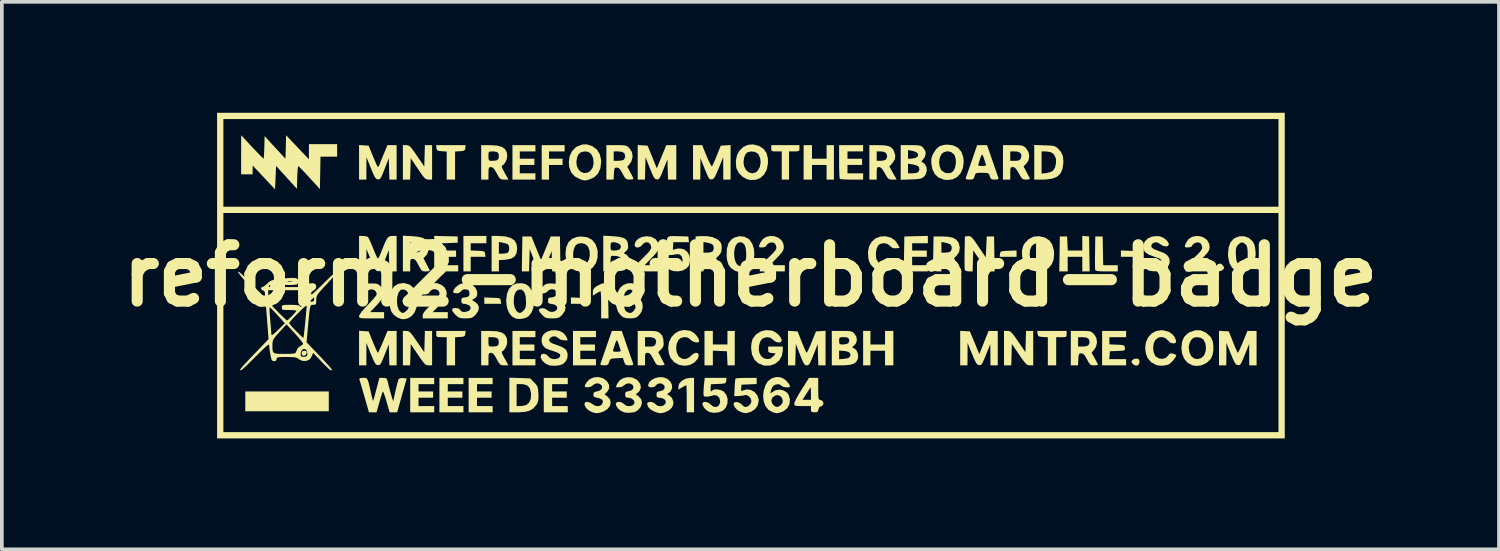
<source format=kicad_pcb>
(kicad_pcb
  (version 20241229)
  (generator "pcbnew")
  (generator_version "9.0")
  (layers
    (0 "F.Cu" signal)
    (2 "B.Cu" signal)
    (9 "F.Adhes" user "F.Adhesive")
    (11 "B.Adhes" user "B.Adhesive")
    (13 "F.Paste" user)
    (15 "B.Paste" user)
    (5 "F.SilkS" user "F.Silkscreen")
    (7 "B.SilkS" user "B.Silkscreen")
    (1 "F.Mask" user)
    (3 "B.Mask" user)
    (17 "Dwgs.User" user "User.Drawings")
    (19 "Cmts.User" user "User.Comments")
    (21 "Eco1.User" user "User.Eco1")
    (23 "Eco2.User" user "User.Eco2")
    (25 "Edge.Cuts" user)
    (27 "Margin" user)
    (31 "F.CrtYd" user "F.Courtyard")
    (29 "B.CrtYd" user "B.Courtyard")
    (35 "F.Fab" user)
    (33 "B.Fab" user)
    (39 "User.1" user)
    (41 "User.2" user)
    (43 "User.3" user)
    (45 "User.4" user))
  (footprint "reform2-motherboard-badge"
    (layer "F.Cu")
    (at 17.243 4.403)
    (property "Reference" "reform2-motherboard-badge" (at 0 0 0) (layer "F.SilkS") (effects (font (size 1.524 1.524) (thickness 0.3))))
    (attr board_only exclude_from_pos_files exclude_from_bom)
    (fp_poly (pts (xy -11.402 3.669) (xy -13.66 3.669) (xy -13.66 3.133) (xy -11.402 3.133)) (stroke (width 0) (type solid)) (fill yes) (layer "F.SilkS"))
    (fp_poly (pts (xy -6.978 0.599) (xy -6.868 0.604) (xy -6.802 0.611) (xy -6.769 0.626) (xy -6.755 0.654) (xy -6.75 0.684) (xy -6.741 0.762) (xy -7.197 0.762) (xy -7.197 0.59)) (stroke (width 0) (type solid)) (fill yes) (layer "F.SilkS"))
    (fp_poly (pts (xy -4.636 0.599) (xy -4.526 0.604) (xy -4.46 0.611) (xy -4.426 0.626) (xy -4.412 0.654) (xy -4.408 0.684) (xy -4.399 0.762) (xy -4.854 0.762) (xy -4.854 0.59)) (stroke (width 0) (type solid)) (fill yes) (layer "F.SilkS"))
    (fp_poly (pts (xy 7.197 -0.508) (xy 6.741 -0.508) (xy 6.75 -0.586) (xy 6.757 -0.625) (xy 6.775 -0.648) (xy 6.816 -0.661) (xy 6.891 -0.668) (xy 6.978 -0.671) (xy 7.197 -0.68)) (stroke (width 0) (type solid)) (fill yes) (layer "F.SilkS"))
    (fp_poly (pts (xy 10.238 -0.671) (xy 10.348 -0.666) (xy 10.413 -0.659) (xy 10.447 -0.644) (xy 10.461 -0.616) (xy 10.465 -0.586) (xy 10.474 -0.508) (xy 10.019 -0.508) (xy 10.019 -0.68)) (stroke (width 0) (type solid)) (fill yes) (layer "F.SilkS"))
    (fp_poly (pts (xy -12.01 2.041) (xy -11.998 2.078) (xy -12 2.095) (xy -12.026 2.148) (xy -12.073 2.171) (xy -12.116 2.155) (xy -12.133 2.113) (xy -12.136 2.084) (xy -12.117 2.043) (xy -12.063 2.032)) (stroke (width 0) (type solid)) (fill yes) (layer "F.SilkS"))
    (fp_poly (pts (xy -5.024 -3.358) (xy -5.447 -3.358) (xy -5.447 -3.161) (xy -5.08 -3.161) (xy -5.08 -2.992) (xy -5.447 -2.992) (xy -5.447 -2.596) (xy -5.644 -2.596) (xy -5.644 -3.528) (xy -5.024 -3.528)) (stroke (width 0) (type solid)) (fill yes) (layer "F.SilkS"))
    (fp_poly (pts (xy -8.551 2.935) (xy -8.975 2.935) (xy -8.975 3.133) (xy -8.58 3.133) (xy -8.58 3.302) (xy -8.975 3.302) (xy -8.975 3.528) (xy -8.551 3.528) (xy -8.551 3.697) (xy -9.2 3.697) (xy -9.2 2.766) (xy -8.551 2.766)) (stroke (width 0) (type solid)) (fill yes) (layer "F.SilkS"))
    (fp_poly (pts (xy -7.761 2.935) (xy -8.184 2.935) (xy -8.184 3.133) (xy -7.789 3.133) (xy -7.789 3.302) (xy -8.184 3.302) (xy -8.184 3.528) (xy -7.761 3.528) (xy -7.761 3.697) (xy -8.41 3.697) (xy -8.41 2.766) (xy -7.761 2.766)) (stroke (width 0) (type solid)) (fill yes) (layer "F.SilkS"))
    (fp_poly (pts (xy -6.971 2.935) (xy -7.394 2.935) (xy -7.394 3.133) (xy -6.999 3.133) (xy -6.999 3.302) (xy -7.394 3.302) (xy -7.394 3.528) (xy -6.971 3.528) (xy -6.971 3.697) (xy -7.62 3.697) (xy -7.62 2.766) (xy -6.971 2.766)) (stroke (width 0) (type solid)) (fill yes) (layer "F.SilkS"))
    (fp_poly (pts (xy -5.814 -3.358) (xy -6.237 -3.358) (xy -6.237 -3.161) (xy -5.842 -3.161) (xy -5.842 -2.992) (xy -6.237 -2.992) (xy -6.237 -2.766) (xy -5.814 -2.766) (xy -5.814 -2.596) (xy -6.435 -2.596) (xy -6.435 -3.528) (xy -5.814 -3.528)) (stroke (width 0) (type solid)) (fill yes) (layer "F.SilkS"))
    (fp_poly (pts (xy -5.814 1.665) (xy -6.237 1.665) (xy -6.237 1.863) (xy -5.842 1.863) (xy -5.842 2.032) (xy -6.237 2.032) (xy -6.237 2.258) (xy -5.814 2.258) (xy -5.814 2.427) (xy -6.435 2.427) (xy -6.435 1.496) (xy -5.814 1.496)) (stroke (width 0) (type solid)) (fill yes) (layer "F.SilkS"))
    (fp_poly (pts (xy -4.939 2.935) (xy -5.362 2.935) (xy -5.362 3.133) (xy -4.967 3.133) (xy -4.967 3.302) (xy -5.362 3.302) (xy -5.362 3.528) (xy -4.939 3.528) (xy -4.939 3.697) (xy -5.588 3.697) (xy -5.588 2.766) (xy -4.939 2.766)) (stroke (width 0) (type solid)) (fill yes) (layer "F.SilkS"))
    (fp_poly (pts (xy -4.177 1.665) (xy -4.6 1.665) (xy -4.6 1.863) (xy -4.205 1.863) (xy -4.205 2.032) (xy -4.6 2.032) (xy -4.6 2.258) (xy -4.177 2.258) (xy -4.177 2.427) (xy -4.798 2.427) (xy -4.798 1.496) (xy -4.177 1.496)) (stroke (width 0) (type solid)) (fill yes) (layer "F.SilkS"))
    (fp_poly (pts (xy -1.016 1.863) (xy -0.621 1.863) (xy -0.621 1.496) (xy -0.423 1.496) (xy -0.423 2.427) (xy -0.618 2.427) (xy -0.635 2.046) (xy -1.016 2.029) (xy -1.016 2.427) (xy -1.242 2.427) (xy -1.242 1.496) (xy -1.016 1.496)) (stroke (width 0) (type solid)) (fill yes) (layer "F.SilkS"))
    (fp_poly (pts (xy 1.665 -3.161) (xy 2.06 -3.161) (xy 2.06 -3.528) (xy 2.258 -3.528) (xy 2.258 -2.596) (xy 2.06 -2.596) (xy 2.06 -2.992) (xy 1.665 -2.992) (xy 1.665 -2.596) (xy 1.439 -2.596) (xy 1.439 -3.528) (xy 1.665 -3.528)) (stroke (width 0) (type solid)) (fill yes) (layer "F.SilkS"))
    (fp_poly (pts (xy 3.246 1.863) (xy 3.641 1.863) (xy 3.641 1.496) (xy 3.866 1.496) (xy 3.866 2.427) (xy 3.641 2.427) (xy 3.641 2.032) (xy 3.246 2.032) (xy 3.246 2.427) (xy 3.048 2.427) (xy 3.048 1.496) (xy 3.246 1.496)) (stroke (width 0) (type solid)) (fill yes) (layer "F.SilkS"))
    (fp_poly (pts (xy 4.798 -0.875) (xy 4.374 -0.875) (xy 4.374 -0.677) (xy 4.77 -0.677) (xy 4.77 -0.508) (xy 4.374 -0.508) (xy 4.374 -0.282) (xy 4.798 -0.282) (xy 4.798 -0.113) (xy 4.147 -0.113) (xy 4.163 -1.058) (xy 4.798 -1.074)) (stroke (width 0) (type solid)) (fill yes) (layer "F.SilkS"))
    (fp_poly (pts (xy 9.158 -1.058) (xy 9.174 -0.113) (xy 8.975 -0.113) (xy 8.975 -0.508) (xy 8.58 -0.508) (xy 8.58 -0.113) (xy 8.352 -0.113) (xy 8.368 -1.058) (xy 8.565 -1.058) (xy 8.582 -0.677) (xy 8.975 -0.677) (xy 8.975 -1.076)) (stroke (width 0) (type solid)) (fill yes) (layer "F.SilkS"))
    (fp_poly (pts (xy 10.492 2.253) (xy 10.517 2.293) (xy 10.522 2.319) (xy 10.51 2.394) (xy 10.465 2.433) (xy 10.399 2.428) (xy 10.353 2.4) (xy 10.309 2.354) (xy 10.309 2.313) (xy 10.318 2.295) (xy 10.372 2.254) (xy 10.431 2.244)) (stroke (width 0) (type solid)) (fill yes) (layer "F.SilkS"))
    (fp_poly (pts (xy -7.916 -1.058) (xy -7.916 -0.889) (xy -8.135 -0.881) (xy -8.354 -0.873) (xy -8.354 -0.677) (xy -7.959 -0.677) (xy -7.959 -0.508) (xy -8.354 -0.508) (xy -8.354 -0.282) (xy -7.902 -0.282) (xy -7.902 -0.113) (xy -8.551 -0.113) (xy -8.551 -1.074)) (stroke (width 0) (type solid)) (fill yes) (layer "F.SilkS"))
    (fp_poly (pts (xy 12.745 -0.305) (xy 12.767 -0.285) (xy 12.806 -0.233) (xy 12.802 -0.188) (xy 12.796 -0.176) (xy 12.748 -0.138) (xy 12.681 -0.117) (xy 12.622 -0.121) (xy 12.607 -0.13) (xy 12.586 -0.186) (xy 12.599 -0.254) (xy 12.639 -0.307) (xy 12.647 -0.312) (xy 12.698 -0.328)) (stroke (width 0) (type solid)) (fill yes) (layer "F.SilkS"))
    (fp_poly (pts (xy -7.14 -0.875) (xy -7.564 -0.875) (xy -7.564 -0.68) (xy -7.373 -0.672) (xy -7.272 -0.666) (xy -7.214 -0.656) (xy -7.186 -0.637) (xy -7.176 -0.602) (xy -7.174 -0.586) (xy -7.165 -0.508) (xy -7.564 -0.508) (xy -7.564 -0.113) (xy -7.761 -0.113) (xy -7.761 -1.072) (xy -7.14 -1.072)) (stroke (width 0) (type solid)) (fill yes) (layer "F.SilkS"))
    (fp_poly (pts (xy -7.71 -3.45) (xy -7.721 -3.403) (xy -7.749 -3.378) (xy -7.812 -3.367) (xy -7.853 -3.364) (xy -7.987 -3.355) (xy -7.987 -2.596) (xy -8.213 -2.596) (xy -8.213 -3.355) (xy -8.347 -3.364) (xy -8.428 -3.372) (xy -8.47 -3.39) (xy -8.486 -3.426) (xy -8.49 -3.45) (xy -8.499 -3.528) (xy -7.701 -3.528)) (stroke (width 0) (type solid)) (fill yes) (layer "F.SilkS"))
    (fp_poly (pts (xy -7.71 1.573) (xy -7.721 1.621) (xy -7.749 1.645) (xy -7.812 1.657) (xy -7.853 1.66) (xy -7.987 1.668) (xy -7.987 2.427) (xy -8.213 2.427) (xy -8.213 1.665) (xy -8.354 1.665) (xy -8.437 1.663) (xy -8.479 1.652) (xy -8.493 1.622) (xy -8.495 1.58) (xy -8.495 1.496) (xy -7.701 1.496)) (stroke (width 0) (type solid)) (fill yes) (layer "F.SilkS"))
    (fp_poly (pts (xy 1.326 -3.443) (xy 1.323 -3.393) (xy 1.304 -3.368) (xy 1.255 -3.359) (xy 1.185 -3.358) (xy 1.044 -3.358) (xy 1.044 -2.596) (xy 0.847 -2.596) (xy 0.847 -3.358) (xy 0.706 -3.358) (xy 0.622 -3.36) (xy 0.58 -3.372) (xy 0.566 -3.401) (xy 0.564 -3.443) (xy 0.564 -3.528) (xy 1.326 -3.528)) (stroke (width 0) (type solid)) (fill yes) (layer "F.SilkS"))
    (fp_poly (pts (xy 8.551 1.58) (xy 8.548 1.631) (xy 8.529 1.656) (xy 8.48 1.664) (xy 8.41 1.665) (xy 8.269 1.665) (xy 8.269 2.427) (xy 8.043 2.427) (xy 8.043 1.668) (xy 7.909 1.66) (xy 7.828 1.651) (xy 7.786 1.634) (xy 7.77 1.597) (xy 7.766 1.573) (xy 7.757 1.496) (xy 8.551 1.496)) (stroke (width 0) (type solid)) (fill yes) (layer "F.SilkS"))
    (fp_poly (pts (xy 9.533 -0.67) (xy 9.541 -0.282) (xy 9.934 -0.282) (xy 9.934 -0.113) (xy 9.637 -0.113) (xy 9.491 -0.115) (xy 9.395 -0.122) (xy 9.342 -0.135) (xy 9.326 -0.149) (xy 9.321 -0.189) (xy 9.319 -0.275) (xy 9.318 -0.395) (xy 9.318 -0.54) (xy 9.32 -0.622) (xy 9.327 -1.058) (xy 9.525 -1.058)) (stroke (width 0) (type solid)) (fill yes) (layer "F.SilkS"))
    (fp_poly (pts (xy 14.45 4.403) (xy -14.422 4.403) (xy -14.422 4.233) (xy -14.252 4.233) (xy 14.28 4.233) (xy 14.28 -1.693) (xy -14.252 -1.693) (xy -14.252 4.233) (xy -14.422 4.233) (xy -14.422 -1.863) (xy -14.252 -1.863) (xy 14.28 -1.863) (xy 14.28 -4.233) (xy -14.252 -4.233) (xy -14.252 -1.863) (xy -14.422 -1.863) (xy -14.422 -4.403) (xy 14.45 -4.403)) (stroke (width 0) (type solid)) (fill yes) (layer "F.SilkS"))
    (fp_poly (pts (xy -1.524 3.697) (xy -1.722 3.697) (xy -1.722 3.33) (xy -1.722 3.194) (xy -1.725 3.08) (xy -1.729 3) (xy -1.733 2.964) (xy -1.734 2.963) (xy -1.764 2.976) (xy -1.823 3.009) (xy -1.847 3.023) (xy -1.947 3.082) (xy -1.947 2.995) (xy -1.921 2.914) (xy -1.853 2.843) (xy -1.757 2.79) (xy -1.646 2.766) (xy -1.63 2.766) (xy -1.524 2.766)) (stroke (width 0) (type solid)) (fill yes) (layer "F.SilkS"))
    (fp_poly (pts (xy -3.931 0.203) (xy -3.852 0.212) (xy -3.837 1.157) (xy -4.036 1.157) (xy -4.036 0.79) (xy -4.037 0.654) (xy -4.041 0.54) (xy -4.046 0.46) (xy -4.052 0.424) (xy -4.054 0.423) (xy -4.087 0.437) (xy -4.148 0.471) (xy -4.167 0.482) (xy -4.262 0.541) (xy -4.262 0.447) (xy -4.254 0.386) (xy -4.224 0.339) (xy -4.16 0.289) (xy -4.135 0.273) (xy -4.026 0.218) (xy -3.936 0.202)) (stroke (width 0) (type solid)) (fill yes) (layer "F.SilkS"))
    (fp_poly (pts (xy 3.048 -3.358) (xy 2.625 -3.358) (xy 2.625 -3.161) (xy 3.02 -3.161) (xy 3.02 -2.992) (xy 2.625 -2.992) (xy 2.625 -2.766) (xy 3.048 -2.766) (xy 3.048 -2.596) (xy 2.742 -2.596) (xy 2.616 -2.598) (xy 2.512 -2.603) (xy 2.441 -2.609) (xy 2.418 -2.615) (xy 2.411 -2.649) (xy 2.406 -2.728) (xy 2.402 -2.844) (xy 2.399 -2.987) (xy 2.399 -3.081) (xy 2.399 -3.528) (xy 3.048 -3.528)) (stroke (width 0) (type solid)) (fill yes) (layer "F.SilkS"))
    (fp_poly (pts (xy 10.16 1.665) (xy 9.708 1.665) (xy 9.708 1.86) (xy 9.913 1.868) (xy 10.019 1.874) (xy 10.08 1.882) (xy 10.111 1.899) (xy 10.123 1.93) (xy 10.126 1.953) (xy 10.129 1.992) (xy 10.117 2.016) (xy 10.08 2.028) (xy 10.006 2.034) (xy 9.929 2.038) (xy 9.723 2.046) (xy 9.714 2.152) (xy 9.705 2.258) (xy 10.16 2.258) (xy 10.16 2.427) (xy 9.511 2.427) (xy 9.511 1.496) (xy 10.16 1.496)) (stroke (width 0) (type solid)) (fill yes) (layer "F.SilkS"))
    (fp_poly (pts (xy -9.265 -3.524) (xy -9.229 -3.509) (xy -9.189 -3.474) (xy -9.138 -3.412) (xy -9.069 -3.315) (xy -9.017 -3.239) (xy -8.819 -2.949) (xy -8.811 -3.239) (xy -8.803 -3.528) (xy -8.608 -3.528) (xy -8.608 -2.596) (xy -8.701 -2.596) (xy -8.743 -2.6) (xy -8.779 -2.614) (xy -8.818 -2.648) (xy -8.868 -2.709) (xy -8.936 -2.805) (xy -8.991 -2.886) (xy -9.186 -3.175) (xy -9.202 -2.596) (xy -9.398 -2.596) (xy -9.398 -3.528) (xy -9.306 -3.528)) (stroke (width 0) (type solid)) (fill yes) (layer "F.SilkS"))
    (fp_poly (pts (xy -9.265 1.499) (xy -9.229 1.514) (xy -9.189 1.549) (xy -9.138 1.612) (xy -9.069 1.709) (xy -9.017 1.785) (xy -8.819 2.074) (xy -8.811 1.785) (xy -8.803 1.496) (xy -8.608 1.496) (xy -8.608 2.427) (xy -8.701 2.427) (xy -8.743 2.424) (xy -8.779 2.409) (xy -8.819 2.375) (xy -8.869 2.313) (xy -8.938 2.217) (xy -8.99 2.14) (xy -9.186 1.853) (xy -9.194 2.14) (xy -9.202 2.427) (xy -9.398 2.427) (xy -9.398 1.496) (xy -9.306 1.496)) (stroke (width 0) (type solid)) (fill yes) (layer "F.SilkS"))
    (fp_poly (pts (xy 6.993 1.499) (xy 7.03 1.514) (xy 7.069 1.548) (xy 7.119 1.61) (xy 7.188 1.706) (xy 7.241 1.783) (xy 7.437 2.07) (xy 7.445 1.783) (xy 7.453 1.496) (xy 7.648 1.496) (xy 7.648 2.427) (xy 7.556 2.427) (xy 7.516 2.423) (xy 7.479 2.407) (xy 7.439 2.371) (xy 7.387 2.308) (xy 7.317 2.21) (xy 7.267 2.137) (xy 7.07 1.849) (xy 7.062 2.138) (xy 7.054 2.427) (xy 6.858 2.427) (xy 6.858 1.496) (xy 6.951 1.496)) (stroke (width 0) (type solid)) (fill yes) (layer "F.SilkS"))
    (fp_poly (pts (xy -5.663 -0.422) (xy -5.4 -1.058) (xy -5.151 -1.058) (xy -5.143 -0.586) (xy -5.135 -0.113) (xy -5.36 -0.113) (xy -5.368 -0.387) (xy -5.376 -0.662) (xy -5.485 -0.386) (xy -5.535 -0.262) (xy -5.571 -0.183) (xy -5.6 -0.138) (xy -5.628 -0.12) (xy -5.66 -0.118) (xy -5.665 -0.118) (xy -5.699 -0.128) (xy -5.729 -0.155) (xy -5.762 -0.208) (xy -5.802 -0.297) (xy -5.853 -0.423) (xy -5.969 -0.718) (xy -5.977 -0.416) (xy -5.985 -0.113) (xy -6.182 -0.113) (xy -6.167 -1.058) (xy -5.922 -1.058)) (stroke (width 0) (type solid)) (fill yes) (layer "F.SilkS"))
    (fp_poly (pts (xy 5.936 1.51) (xy 6.063 1.816) (xy 6.19 2.122) (xy 6.441 1.496) (xy 6.689 1.496) (xy 6.689 2.427) (xy 6.491 2.427) (xy 6.49 2.138) (xy 6.488 1.849) (xy 6.371 2.139) (xy 6.32 2.266) (xy 6.282 2.349) (xy 6.252 2.397) (xy 6.225 2.419) (xy 6.195 2.422) (xy 6.184 2.421) (xy 6.15 2.411) (xy 6.119 2.384) (xy 6.086 2.331) (xy 6.045 2.242) (xy 5.993 2.117) (xy 5.873 1.82) (xy 5.872 2.124) (xy 5.87 2.427) (xy 5.673 2.427) (xy 5.673 1.493)) (stroke (width 0) (type solid)) (fill yes) (layer "F.SilkS"))
    (fp_poly (pts (xy -2.914 -3.522) (xy -2.78 -3.514) (xy -2.531 -2.902) (xy -2.403 -3.215) (xy -2.275 -3.528) (xy -2.004 -3.528) (xy -2.004 -2.596) (xy -2.228 -2.596) (xy -2.236 -2.871) (xy -2.244 -3.145) (xy -2.353 -2.869) (xy -2.402 -2.746) (xy -2.439 -2.666) (xy -2.468 -2.622) (xy -2.495 -2.603) (xy -2.527 -2.601) (xy -2.533 -2.602) (xy -2.566 -2.612) (xy -2.597 -2.639) (xy -2.629 -2.692) (xy -2.669 -2.78) (xy -2.72 -2.906) (xy -2.836 -3.202) (xy -2.844 -2.899) (xy -2.852 -2.596) (xy -3.048 -2.596) (xy -3.048 -3.531)) (stroke (width 0) (type solid)) (fill yes) (layer "F.SilkS"))
    (fp_poly (pts (xy 5.957 -1.055) (xy 5.995 -1.023) (xy 6.043 -0.964) (xy 6.11 -0.869) (xy 6.168 -0.785) (xy 6.364 -0.494) (xy 6.392 -1.058) (xy 6.59 -1.058) (xy 6.605 -0.113) (xy 6.51 -0.113) (xy 6.468 -0.116) (xy 6.431 -0.13) (xy 6.392 -0.163) (xy 6.342 -0.224) (xy 6.275 -0.318) (xy 6.22 -0.398) (xy 6.025 -0.683) (xy 6.009 -0.113) (xy 5.911 -0.113) (xy 5.841 -0.122) (xy 5.8 -0.146) (xy 5.798 -0.149) (xy 5.794 -0.189) (xy 5.791 -0.275) (xy 5.79 -0.395) (xy 5.791 -0.54) (xy 5.792 -0.622) (xy 5.8 -1.058) (xy 5.885 -1.067) (xy 5.923 -1.067)) (stroke (width 0) (type solid)) (fill yes) (layer "F.SilkS"))
    (fp_poly (pts (xy -6.823 -1.072) (xy -6.629 -1.06) (xy -6.483 -1.02) (xy -6.383 -0.953) (xy -6.325 -0.856) (xy -6.308 -0.732) (xy -6.325 -0.604) (xy -6.38 -0.514) (xy -6.477 -0.457) (xy -6.619 -0.43) (xy -6.631 -0.429) (xy -6.802 -0.417) (xy -6.802 -0.113) (xy -6.999 -0.113) (xy -6.999 -0.909) (xy -6.802 -0.909) (xy -6.802 -0.593) (xy -6.694 -0.593) (xy -6.615 -0.601) (xy -6.559 -0.622) (xy -6.553 -0.627) (xy -6.526 -0.685) (xy -6.522 -0.762) (xy -6.542 -0.826) (xy -6.555 -0.841) (xy -6.605 -0.865) (xy -6.682 -0.887) (xy -6.696 -0.89) (xy -6.802 -0.909) (xy -6.999 -0.909) (xy -6.999 -1.072)) (stroke (width 0) (type solid)) (fill yes) (layer "F.SilkS"))
    (fp_poly (pts (xy -10.324 -3.514) (xy -10.207 -3.225) (xy -10.158 -3.109) (xy -10.116 -3.015) (xy -10.085 -2.954) (xy -10.071 -2.935) (xy -10.05 -2.959) (xy -10.025 -3.013) (xy -10.002 -3.075) (xy -9.964 -3.171) (xy -9.918 -3.283) (xy -9.907 -3.309) (xy -9.816 -3.528) (xy -9.567 -3.528) (xy -9.567 -2.596) (xy -9.763 -2.596) (xy -9.779 -3.175) (xy -9.892 -2.885) (xy -9.942 -2.757) (xy -9.979 -2.674) (xy -10.008 -2.627) (xy -10.035 -2.605) (xy -10.065 -2.602) (xy -10.075 -2.602) (xy -10.109 -2.612) (xy -10.139 -2.639) (xy -10.172 -2.693) (xy -10.213 -2.782) (xy -10.264 -2.907) (xy -10.383 -3.203) (xy -10.386 -2.596) (xy -10.583 -2.596) (xy -10.583 -3.531)) (stroke (width 0) (type solid)) (fill yes) (layer "F.SilkS"))
    (fp_poly (pts (xy -10.324 1.51) (xy -10.207 1.799) (xy -10.158 1.915) (xy -10.117 2.009) (xy -10.087 2.07) (xy -10.074 2.088) (xy -10.058 2.064) (xy -10.026 1.997) (xy -9.982 1.9) (xy -9.937 1.792) (xy -9.815 1.496) (xy -9.567 1.496) (xy -9.567 2.427) (xy -9.763 2.427) (xy -9.771 2.143) (xy -9.779 1.859) (xy -9.892 2.144) (xy -9.943 2.27) (xy -9.98 2.351) (xy -10.009 2.398) (xy -10.036 2.418) (xy -10.067 2.422) (xy -10.075 2.421) (xy -10.109 2.411) (xy -10.139 2.384) (xy -10.172 2.331) (xy -10.213 2.242) (xy -10.265 2.117) (xy -10.385 1.82) (xy -10.385 2.124) (xy -10.386 2.427) (xy -10.583 2.427) (xy -10.583 1.493)) (stroke (width 0) (type solid)) (fill yes) (layer "F.SilkS"))
    (fp_poly (pts (xy -0.536 -2.596) (xy -0.734 -2.596) (xy -0.736 -3.203) (xy -0.856 -2.907) (xy -0.911 -2.776) (xy -0.952 -2.689) (xy -0.984 -2.637) (xy -1.015 -2.611) (xy -1.047 -2.602) (xy -1.08 -2.602) (xy -1.108 -2.617) (xy -1.136 -2.656) (xy -1.17 -2.728) (xy -1.217 -2.841) (xy -1.235 -2.884) (xy -1.351 -3.175) (xy -1.353 -2.886) (xy -1.355 -2.596) (xy -1.552 -2.596) (xy -1.552 -3.528) (xy -1.305 -3.528) (xy -1.184 -3.231) (xy -1.134 -3.116) (xy -1.09 -3.025) (xy -1.057 -2.97) (xy -1.04 -2.957) (xy -1.02 -2.991) (xy -0.985 -3.066) (xy -0.941 -3.168) (xy -0.909 -3.247) (xy -0.801 -3.514) (xy -0.668 -3.522) (xy -0.536 -3.531)) (stroke (width 0) (type solid)) (fill yes) (layer "F.SilkS"))
    (fp_poly (pts (xy 12.938 1.51) (xy 13.052 1.799) (xy 13.099 1.915) (xy 13.14 2.009) (xy 13.169 2.07) (xy 13.182 2.088) (xy 13.198 2.064) (xy 13.231 1.997) (xy 13.275 1.899) (xy 13.32 1.792) (xy 13.441 1.496) (xy 13.688 1.496) (xy 13.688 2.427) (xy 13.49 2.427) (xy 13.489 2.138) (xy 13.487 1.849) (xy 13.371 2.139) (xy 13.319 2.266) (xy 13.281 2.349) (xy 13.251 2.397) (xy 13.224 2.419) (xy 13.194 2.422) (xy 13.183 2.421) (xy 13.149 2.411) (xy 13.119 2.384) (xy 13.085 2.331) (xy 13.044 2.242) (xy 12.992 2.117) (xy 12.872 1.82) (xy 12.871 2.124) (xy 12.869 2.427) (xy 12.672 2.427) (xy 12.672 1.493)) (stroke (width 0) (type solid)) (fill yes) (layer "F.SilkS"))
    (fp_poly (pts (xy 7.956 -3.523) (xy 8.088 -3.518) (xy 8.177 -3.509) (xy 8.236 -3.494) (xy 8.279 -3.471) (xy 8.312 -3.443) (xy 8.4 -3.342) (xy 8.449 -3.234) (xy 8.464 -3.101) (xy 8.461 -3.03) (xy 8.436 -2.871) (xy 8.378 -2.752) (xy 8.285 -2.669) (xy 8.151 -2.619) (xy 7.973 -2.598) (xy 7.909 -2.596) (xy 7.676 -2.596) (xy 7.676 -2.758) (xy 7.874 -2.758) (xy 8.004 -2.773) (xy 8.101 -2.795) (xy 8.176 -2.831) (xy 8.189 -2.842) (xy 8.236 -2.921) (xy 8.263 -3.028) (xy 8.264 -3.14) (xy 8.258 -3.174) (xy 8.208 -3.278) (xy 8.121 -3.339) (xy 8.001 -3.358) (xy 7.874 -3.358) (xy 7.874 -2.758) (xy 7.676 -2.758) (xy 7.676 -3.533)) (stroke (width 0) (type solid)) (fill yes) (layer "F.SilkS"))
    (fp_poly (pts (xy -6.238 2.77) (xy -5.956 2.78) (xy -5.85 2.886) (xy -5.795 2.945) (xy -5.762 2.997) (xy -5.745 3.061) (xy -5.736 3.156) (xy -5.734 3.196) (xy -5.731 3.31) (xy -5.739 3.387) (xy -5.76 3.448) (xy -5.791 3.5) (xy -5.87 3.591) (xy -5.967 3.651) (xy -6.095 3.685) (xy -6.264 3.697) (xy -6.287 3.697) (xy -6.519 3.697) (xy -6.519 3.528) (xy -6.322 3.528) (xy -6.224 3.528) (xy -6.134 3.518) (xy -6.057 3.496) (xy -5.982 3.432) (xy -5.94 3.328) (xy -5.932 3.192) (xy -5.934 3.169) (xy -5.965 3.049) (xy -6.027 2.975) (xy -6.128 2.94) (xy -6.198 2.935) (xy -6.322 2.935) (xy -6.322 3.528) (xy -6.519 3.528) (xy -6.519 2.76)) (stroke (width 0) (type solid)) (fill yes) (layer "F.SilkS"))
    (fp_poly (pts (xy 2.032 2.427) (xy 1.836 2.427) (xy 1.828 2.138) (xy 1.82 1.849) (xy 1.707 2.138) (xy 1.656 2.266) (xy 1.619 2.349) (xy 1.589 2.398) (xy 1.56 2.421) (xy 1.528 2.427) (xy 1.524 2.427) (xy 1.491 2.422) (xy 1.462 2.401) (xy 1.433 2.356) (xy 1.396 2.276) (xy 1.346 2.153) (xy 1.341 2.138) (xy 1.228 1.849) (xy 1.22 2.138) (xy 1.212 2.427) (xy 1.016 2.427) (xy 1.016 1.493) (xy 1.147 1.501) (xy 1.277 1.51) (xy 1.391 1.799) (xy 1.438 1.916) (xy 1.479 2.01) (xy 1.509 2.071) (xy 1.522 2.088) (xy 1.538 2.064) (xy 1.571 1.997) (xy 1.614 1.9) (xy 1.656 1.799) (xy 1.773 1.51) (xy 1.902 1.501) (xy 2.032 1.493)) (stroke (width 0) (type solid)) (fill yes) (layer "F.SilkS"))
    (fp_poly (pts (xy -2.694 -1.051) (xy -2.679 -1.047) (xy -2.569 -0.992) (xy -2.505 -0.905) (xy -2.484 -0.783) (xy -2.484 -0.781) (xy -2.488 -0.725) (xy -2.506 -0.673) (xy -2.546 -0.615) (xy -2.614 -0.537) (xy -2.672 -0.477) (xy -2.86 -0.282) (xy -2.455 -0.282) (xy -2.455 -0.113) (xy -3.133 -0.113) (xy -3.133 -0.188) (xy -3.121 -0.234) (xy -3.084 -0.293) (xy -3.014 -0.371) (xy -2.907 -0.477) (xy -2.797 -0.585) (xy -2.727 -0.665) (xy -2.69 -0.725) (xy -2.681 -0.763) (xy -2.702 -0.846) (xy -2.756 -0.894) (xy -2.825 -0.903) (xy -2.894 -0.867) (xy -2.924 -0.833) (xy -2.978 -0.78) (xy -3.042 -0.758) (xy -3.098 -0.768) (xy -3.13 -0.808) (xy -3.133 -0.828) (xy -3.107 -0.919) (xy -3.038 -0.993) (xy -2.938 -1.043) (xy -2.819 -1.064)) (stroke (width 0) (type solid)) (fill yes) (layer "F.SilkS"))
    (fp_poly (pts (xy -8.471 0.207) (xy -8.366 0.244) (xy -8.281 0.308) (xy -8.226 0.399) (xy -8.213 0.483) (xy -8.223 0.549) (xy -8.258 0.62) (xy -8.324 0.707) (xy -8.428 0.82) (xy -8.434 0.826) (xy -8.592 0.988) (xy -8.184 0.988) (xy -8.184 1.157) (xy -8.862 1.157) (xy -8.862 1.079) (xy -8.853 1.034) (xy -8.82 0.98) (xy -8.757 0.908) (xy -8.658 0.81) (xy -8.636 0.79) (xy -8.518 0.671) (xy -8.443 0.579) (xy -8.409 0.506) (xy -8.412 0.446) (xy -8.444 0.401) (xy -8.512 0.367) (xy -8.59 0.372) (xy -8.653 0.412) (xy -8.669 0.437) (xy -8.708 0.489) (xy -8.773 0.507) (xy -8.796 0.508) (xy -8.859 0.506) (xy -8.884 0.491) (xy -8.877 0.449) (xy -8.85 0.382) (xy -8.785 0.287) (xy -8.692 0.227) (xy -8.584 0.201)) (stroke (width 0) (type solid)) (fill yes) (layer "F.SilkS"))
    (fp_poly (pts (xy 0.646 -1.065) (xy 0.75 -1.027) (xy 0.836 -0.961) (xy 0.89 -0.867) (xy 0.903 -0.782) (xy 0.899 -0.725) (xy 0.881 -0.674) (xy 0.842 -0.616) (xy 0.774 -0.539) (xy 0.715 -0.477) (xy 0.527 -0.282) (xy 0.931 -0.282) (xy 0.931 -0.113) (xy 0.254 -0.113) (xy 0.254 -0.19) (xy 0.264 -0.236) (xy 0.297 -0.291) (xy 0.36 -0.363) (xy 0.459 -0.461) (xy 0.482 -0.482) (xy 0.584 -0.58) (xy 0.65 -0.65) (xy 0.687 -0.701) (xy 0.701 -0.743) (xy 0.701 -0.775) (xy 0.679 -0.844) (xy 0.646 -0.883) (xy 0.578 -0.9) (xy 0.503 -0.882) (xy 0.448 -0.839) (xy 0.437 -0.818) (xy 0.407 -0.777) (xy 0.34 -0.762) (xy 0.323 -0.762) (xy 0.258 -0.764) (xy 0.232 -0.779) (xy 0.239 -0.821) (xy 0.266 -0.888) (xy 0.332 -0.985) (xy 0.425 -1.046) (xy 0.533 -1.072)) (stroke (width 0) (type solid)) (fill yes) (layer "F.SilkS"))
    (fp_poly (pts (xy 12.161 -1.065) (xy 12.265 -1.027) (xy 12.35 -0.961) (xy 12.405 -0.867) (xy 12.418 -0.782) (xy 12.413 -0.725) (xy 12.396 -0.674) (xy 12.357 -0.616) (xy 12.289 -0.539) (xy 12.23 -0.477) (xy 12.042 -0.282) (xy 12.446 -0.282) (xy 12.446 -0.113) (xy 11.769 -0.113) (xy 11.769 -0.19) (xy 11.778 -0.236) (xy 11.811 -0.291) (xy 11.875 -0.363) (xy 11.974 -0.461) (xy 11.997 -0.482) (xy 12.099 -0.58) (xy 12.165 -0.65) (xy 12.201 -0.701) (xy 12.216 -0.743) (xy 12.216 -0.775) (xy 12.194 -0.844) (xy 12.161 -0.883) (xy 12.092 -0.9) (xy 12.018 -0.882) (xy 11.962 -0.839) (xy 11.952 -0.818) (xy 11.921 -0.777) (xy 11.855 -0.762) (xy 11.837 -0.762) (xy 11.773 -0.764) (xy 11.747 -0.779) (xy 11.753 -0.821) (xy 11.781 -0.888) (xy 11.846 -0.985) (xy 11.94 -1.046) (xy 12.048 -1.072)) (stroke (width 0) (type solid)) (fill yes) (layer "F.SilkS"))
    (fp_poly (pts (xy 5.494 -3.519) (xy 5.619 -3.452) (xy 5.708 -3.344) (xy 5.757 -3.197) (xy 5.768 -3.08) (xy 5.747 -2.909) (xy 5.685 -2.769) (xy 5.589 -2.664) (xy 5.464 -2.601) (xy 5.316 -2.584) (xy 5.229 -2.597) (xy 5.088 -2.651) (xy 4.986 -2.745) (xy 4.921 -2.879) (xy 4.892 -3.03) (xy 4.892 -3.071) (xy 5.104 -3.071) (xy 5.117 -2.953) (xy 5.159 -2.857) (xy 5.177 -2.835) (xy 5.273 -2.776) (xy 5.383 -2.77) (xy 5.432 -2.783) (xy 5.493 -2.834) (xy 5.535 -2.923) (xy 5.556 -3.032) (xy 5.554 -3.144) (xy 5.526 -3.245) (xy 5.501 -3.284) (xy 5.421 -3.345) (xy 5.324 -3.363) (xy 5.229 -3.337) (xy 5.167 -3.284) (xy 5.12 -3.188) (xy 5.104 -3.071) (xy 4.892 -3.071) (xy 4.89 -3.143) (xy 4.915 -3.238) (xy 4.944 -3.3) (xy 5.025 -3.424) (xy 5.119 -3.5) (xy 5.238 -3.536) (xy 5.334 -3.542)) (stroke (width 0) (type solid)) (fill yes) (layer "F.SilkS"))
    (fp_poly (pts (xy 12.18 1.482) (xy 12.317 1.54) (xy 12.438 1.65) (xy 12.458 1.676) (xy 12.5 1.77) (xy 12.52 1.895) (xy 12.518 2.031) (xy 12.494 2.157) (xy 12.451 2.251) (xy 12.346 2.354) (xy 12.214 2.42) (xy 12.071 2.444) (xy 11.955 2.427) (xy 11.825 2.359) (xy 11.73 2.249) (xy 11.672 2.104) (xy 11.656 1.955) (xy 11.657 1.944) (xy 11.853 1.944) (xy 11.872 2.078) (xy 11.923 2.179) (xy 12 2.241) (xy 12.094 2.258) (xy 12.196 2.227) (xy 12.265 2.161) (xy 12.306 2.062) (xy 12.32 1.947) (xy 12.304 1.833) (xy 12.256 1.737) (xy 12.245 1.725) (xy 12.167 1.678) (xy 12.065 1.665) (xy 11.982 1.683) (xy 11.928 1.728) (xy 11.883 1.809) (xy 11.856 1.904) (xy 11.853 1.944) (xy 11.657 1.944) (xy 11.673 1.79) (xy 11.727 1.663) (xy 11.822 1.566) (xy 11.884 1.529) (xy 12.034 1.478)) (stroke (width 0) (type solid)) (fill yes) (layer "F.SilkS"))
    (fp_poly (pts (xy -4.41 -1.036) (xy -4.283 -0.969) (xy -4.192 -0.859) (xy -4.139 -0.709) (xy -4.13 -0.645) (xy -4.134 -0.483) (xy -4.179 -0.338) (xy -4.259 -0.222) (xy -4.323 -0.17) (xy -4.443 -0.123) (xy -4.58 -0.109) (xy -4.711 -0.129) (xy -4.818 -0.181) (xy -4.825 -0.187) (xy -4.925 -0.295) (xy -4.982 -0.422) (xy -4.995 -0.529) (xy -4.795 -0.529) (xy -4.786 -0.467) (xy -4.738 -0.366) (xy -4.66 -0.304) (xy -4.567 -0.284) (xy -4.471 -0.31) (xy -4.415 -0.351) (xy -4.365 -0.437) (xy -4.343 -0.551) (xy -4.35 -0.67) (xy -4.387 -0.775) (xy -4.405 -0.801) (xy -4.48 -0.857) (xy -4.575 -0.878) (xy -4.668 -0.861) (xy -4.725 -0.821) (xy -4.765 -0.746) (xy -4.79 -0.641) (xy -4.795 -0.529) (xy -4.995 -0.529) (xy -5.001 -0.581) (xy -5.001 -0.596) (xy -4.98 -0.769) (xy -4.92 -0.903) (xy -4.82 -0.996) (xy -4.684 -1.048) (xy -4.572 -1.058)) (stroke (width 0) (type solid)) (fill yes) (layer "F.SilkS"))
    (fp_poly (pts (xy -1.639 1.492) (xy -1.594 1.508) (xy -1.519 1.557) (xy -1.449 1.632) (xy -1.399 1.713) (xy -1.383 1.771) (xy -1.405 1.802) (xy -1.458 1.809) (xy -1.525 1.794) (xy -1.588 1.761) (xy -1.614 1.736) (xy -1.692 1.677) (xy -1.788 1.661) (xy -1.882 1.687) (xy -1.945 1.739) (xy -1.992 1.835) (xy -2.008 1.953) (xy -1.995 2.07) (xy -1.953 2.167) (xy -1.935 2.189) (xy -1.841 2.249) (xy -1.743 2.255) (xy -1.648 2.207) (xy -1.614 2.173) (xy -1.539 2.11) (xy -1.471 2.087) (xy -1.419 2.101) (xy -1.396 2.146) (xy -1.41 2.219) (xy -1.427 2.252) (xy -1.517 2.353) (xy -1.639 2.417) (xy -1.78 2.439) (xy -1.926 2.415) (xy -1.933 2.413) (xy -2.065 2.34) (xy -2.158 2.226) (xy -2.203 2.111) (xy -2.224 1.946) (xy -2.2 1.796) (xy -2.137 1.666) (xy -2.043 1.564) (xy -1.925 1.497) (xy -1.788 1.47)) (stroke (width 0) (type solid)) (fill yes) (layer "F.SilkS"))
    (fp_poly (pts (xy 0.22 -3.511) (xy 0.234 -3.505) (xy 0.356 -3.426) (xy 0.435 -3.315) (xy 0.473 -3.168) (xy 0.474 -3.029) (xy 0.442 -2.864) (xy 0.37 -2.732) (xy 0.268 -2.639) (xy 0.14 -2.589) (xy -0.007 -2.587) (xy -0.099 -2.61) (xy -0.217 -2.677) (xy -0.314 -2.777) (xy -0.376 -2.894) (xy -0.384 -2.929) (xy -0.393 -3.075) (xy -0.186 -3.075) (xy -0.174 -2.969) (xy -0.171 -2.958) (xy -0.119 -2.856) (xy -0.042 -2.79) (xy 0.047 -2.766) (xy 0.136 -2.787) (xy 0.191 -2.829) (xy 0.252 -2.931) (xy 0.277 -3.052) (xy 0.265 -3.175) (xy 0.217 -3.279) (xy 0.196 -3.304) (xy 0.118 -3.346) (xy 0.018 -3.357) (xy -0.078 -3.334) (xy -0.086 -3.33) (xy -0.137 -3.274) (xy -0.172 -3.183) (xy -0.186 -3.075) (xy -0.393 -3.075) (xy -0.395 -3.102) (xy -0.362 -3.255) (xy -0.294 -3.382) (xy -0.195 -3.477) (xy -0.072 -3.535) (xy 0.068 -3.548)) (stroke (width 0) (type solid)) (fill yes) (layer "F.SilkS"))
    (fp_poly (pts (xy 3.613 -3.523) (xy 3.724 -3.505) (xy 3.801 -3.47) (xy 3.855 -3.415) (xy 3.879 -3.371) (xy 3.918 -3.25) (xy 3.907 -3.146) (xy 3.845 -3.047) (xy 3.841 -3.042) (xy 3.758 -2.95) (xy 3.857 -2.773) (xy 3.956 -2.596) (xy 3.843 -2.596) (xy 3.781 -2.599) (xy 3.738 -2.615) (xy 3.701 -2.655) (xy 3.656 -2.729) (xy 3.636 -2.766) (xy 3.578 -2.862) (xy 3.532 -2.916) (xy 3.488 -2.935) (xy 3.479 -2.935) (xy 3.443 -2.931) (xy 3.424 -2.908) (xy 3.416 -2.855) (xy 3.415 -2.766) (xy 3.415 -2.596) (xy 3.217 -2.596) (xy 3.217 -3.104) (xy 3.415 -3.104) (xy 3.522 -3.104) (xy 3.601 -3.113) (xy 3.658 -3.134) (xy 3.663 -3.138) (xy 3.692 -3.193) (xy 3.697 -3.231) (xy 3.677 -3.306) (xy 3.613 -3.347) (xy 3.522 -3.358) (xy 3.415 -3.358) (xy 3.415 -3.104) (xy 3.217 -3.104) (xy 3.217 -3.528) (xy 3.456 -3.528)) (stroke (width 0) (type solid)) (fill yes) (layer "F.SilkS"))
    (fp_poly (pts (xy 3.799 -1.028) (xy 3.914 -0.948) (xy 3.987 -0.845) (xy 4.036 -0.748) (xy 3.936 -0.739) (xy 3.855 -0.743) (xy 3.798 -0.779) (xy 3.778 -0.803) (xy 3.703 -0.858) (xy 3.608 -0.877) (xy 3.515 -0.859) (xy 3.458 -0.82) (xy 3.418 -0.743) (xy 3.395 -0.637) (xy 3.393 -0.523) (xy 3.413 -0.427) (xy 3.476 -0.338) (xy 3.563 -0.293) (xy 3.661 -0.293) (xy 3.756 -0.342) (xy 3.782 -0.367) (xy 3.85 -0.422) (xy 3.919 -0.45) (xy 3.976 -0.449) (xy 4.005 -0.417) (xy 4.007 -0.402) (xy 3.978 -0.295) (xy 3.904 -0.207) (xy 3.792 -0.145) (xy 3.651 -0.115) (xy 3.605 -0.113) (xy 3.506 -0.117) (xy 3.438 -0.135) (xy 3.375 -0.176) (xy 3.332 -0.213) (xy 3.253 -0.298) (xy 3.209 -0.39) (xy 3.191 -0.46) (xy 3.178 -0.635) (xy 3.209 -0.789) (xy 3.279 -0.915) (xy 3.383 -1.007) (xy 3.516 -1.057) (xy 3.65 -1.064)) (stroke (width 0) (type solid)) (fill yes) (layer "F.SilkS"))
    (fp_poly (pts (xy -10.396 -1.064) (xy -10.343 -1.043) (xy -10.337 -1.037) (xy -10.315 -0.997) (xy -10.278 -0.918) (xy -10.233 -0.811) (xy -10.199 -0.727) (xy -10.152 -0.614) (xy -10.112 -0.523) (xy -10.084 -0.466) (xy -10.073 -0.452) (xy -10.055 -0.476) (xy -10.025 -0.541) (xy -9.986 -0.632) (xy -9.977 -0.656) (xy -9.915 -0.813) (xy -9.867 -0.925) (xy -9.827 -0.999) (xy -9.79 -1.043) (xy -9.75 -1.065) (xy -9.702 -1.072) (xy -9.68 -1.072) (xy -9.567 -1.072) (xy -9.567 -0.113) (xy -9.763 -0.113) (xy -9.771 -0.402) (xy -9.779 -0.691) (xy -9.892 -0.401) (xy -9.942 -0.274) (xy -9.979 -0.191) (xy -10.008 -0.143) (xy -10.035 -0.122) (xy -10.065 -0.118) (xy -10.074 -0.119) (xy -10.107 -0.129) (xy -10.138 -0.158) (xy -10.172 -0.214) (xy -10.214 -0.305) (xy -10.263 -0.423) (xy -10.383 -0.72) (xy -10.384 -0.416) (xy -10.386 -0.113) (xy -10.583 -0.113) (xy -10.583 -1.072) (xy -10.474 -1.072)) (stroke (width 0) (type solid)) (fill yes) (layer "F.SilkS"))
    (fp_poly (pts (xy -10.145 0.214) (xy -10.082 0.227) (xy -10.034 0.257) (xy -9.988 0.304) (xy -9.929 0.385) (xy -9.905 0.463) (xy -9.918 0.546) (xy -9.971 0.642) (xy -10.067 0.759) (xy -10.142 0.84) (xy -10.285 0.988) (xy -9.906 0.988) (xy -9.906 1.157) (xy -10.245 1.157) (xy -10.387 1.157) (xy -10.483 1.154) (xy -10.541 1.148) (xy -10.571 1.136) (xy -10.582 1.118) (xy -10.583 1.095) (xy -10.562 1.044) (xy -10.5 0.96) (xy -10.401 0.849) (xy -10.343 0.789) (xy -10.251 0.691) (xy -10.174 0.604) (xy -10.123 0.539) (xy -10.104 0.503) (xy -10.104 0.503) (xy -10.126 0.431) (xy -10.182 0.385) (xy -10.254 0.37) (xy -10.323 0.389) (xy -10.371 0.445) (xy -10.411 0.493) (xy -10.483 0.508) (xy -10.491 0.508) (xy -10.561 0.493) (xy -10.584 0.45) (xy -10.559 0.38) (xy -10.501 0.304) (xy -10.45 0.252) (xy -10.401 0.225) (xy -10.335 0.214) (xy -10.245 0.212)) (stroke (width 0) (type solid)) (fill yes) (layer "F.SilkS"))
    (fp_poly (pts (xy -4.286 -3.504) (xy -4.276 -3.5) (xy -4.155 -3.412) (xy -4.075 -3.287) (xy -4.038 -3.131) (xy -4.036 -3.079) (xy -4.057 -2.902) (xy -4.12 -2.762) (xy -4.223 -2.66) (xy -4.36 -2.599) (xy -4.436 -2.579) (xy -4.483 -2.573) (xy -4.529 -2.581) (xy -4.599 -2.605) (xy -4.609 -2.609) (xy -4.75 -2.683) (xy -4.846 -2.79) (xy -4.899 -2.932) (xy -4.911 -3.066) (xy -4.909 -3.076) (xy -4.707 -3.076) (xy -4.693 -2.961) (xy -4.648 -2.867) (xy -4.58 -2.802) (xy -4.496 -2.772) (xy -4.403 -2.785) (xy -4.337 -2.823) (xy -4.27 -2.91) (xy -4.24 -3.027) (xy -4.251 -3.161) (xy -4.259 -3.191) (xy -4.308 -3.292) (xy -4.384 -3.346) (xy -4.473 -3.358) (xy -4.579 -3.339) (xy -4.651 -3.276) (xy -4.685 -3.203) (xy -4.707 -3.076) (xy -4.909 -3.076) (xy -4.888 -3.23) (xy -4.824 -3.367) (xy -4.723 -3.469) (xy -4.674 -3.498) (xy -4.54 -3.546) (xy -4.417 -3.548)) (stroke (width 0) (type solid)) (fill yes) (layer "F.SilkS"))
    (fp_poly (pts (xy -0.168 -1.053) (xy -0.051 -0.994) (xy -0.028 -0.974) (xy 0.048 -0.867) (xy 0.093 -0.732) (xy 0.107 -0.583) (xy 0.093 -0.434) (xy 0.049 -0.299) (xy -0.022 -0.192) (xy -0.068 -0.154) (xy -0.194 -0.102) (xy -0.327 -0.101) (xy -0.421 -0.133) (xy -0.527 -0.205) (xy -0.595 -0.298) (xy -0.632 -0.423) (xy -0.644 -0.533) (xy -0.641 -0.61) (xy -0.44 -0.61) (xy -0.434 -0.497) (xy -0.411 -0.393) (xy -0.369 -0.311) (xy -0.309 -0.262) (xy -0.274 -0.255) (xy -0.241 -0.272) (xy -0.189 -0.316) (xy -0.182 -0.323) (xy -0.145 -0.368) (xy -0.124 -0.419) (xy -0.115 -0.495) (xy -0.113 -0.591) (xy -0.125 -0.74) (xy -0.161 -0.84) (xy -0.222 -0.893) (xy -0.282 -0.903) (xy -0.349 -0.879) (xy -0.398 -0.813) (xy -0.428 -0.72) (xy -0.44 -0.61) (xy -0.641 -0.61) (xy -0.637 -0.724) (xy -0.593 -0.874) (xy -0.51 -0.981) (xy -0.437 -1.028) (xy -0.302 -1.065)) (stroke (width 0) (type solid)) (fill yes) (layer "F.SilkS"))
    (fp_poly (pts (xy -6.078 0.23) (xy -5.999 0.285) (xy -5.978 0.307) (xy -5.903 0.426) (xy -5.86 0.568) (xy -5.849 0.72) (xy -5.869 0.868) (xy -5.919 0.998) (xy -5.998 1.097) (xy -6.023 1.116) (xy -6.12 1.156) (xy -6.238 1.174) (xy -6.336 1.166) (xy -6.444 1.11) (xy -6.527 1.008) (xy -6.582 0.869) (xy -6.6 0.731) (xy -6.401 0.731) (xy -6.378 0.86) (xy -6.327 0.954) (xy -6.32 0.961) (xy -6.263 1.006) (xy -6.214 1.007) (xy -6.155 0.964) (xy -6.137 0.947) (xy -6.096 0.896) (xy -6.075 0.837) (xy -6.068 0.748) (xy -6.068 0.708) (xy -6.079 0.552) (xy -6.114 0.446) (xy -6.174 0.387) (xy -6.201 0.377) (xy -6.28 0.382) (xy -6.343 0.438) (xy -6.385 0.536) (xy -6.394 0.582) (xy -6.401 0.731) (xy -6.6 0.731) (xy -6.604 0.699) (xy -6.604 0.677) (xy -6.585 0.5) (xy -6.53 0.362) (xy -6.442 0.264) (xy -6.324 0.212) (xy -6.184 0.206)) (stroke (width 0) (type solid)) (fill yes) (layer "F.SilkS"))
    (fp_poly (pts (xy -1.02 -1.039) (xy -0.896 -0.983) (xy -0.866 -0.96) (xy -0.807 -0.897) (xy -0.781 -0.832) (xy -0.776 -0.751) (xy -0.785 -0.654) (xy -0.818 -0.584) (xy -0.853 -0.545) (xy -0.93 -0.468) (xy -0.729 -0.109) (xy -0.849 -0.118) (xy -0.916 -0.126) (xy -0.961 -0.146) (xy -1 -0.19) (xy -1.047 -0.271) (xy -1.056 -0.289) (xy -1.113 -0.384) (xy -1.159 -0.435) (xy -1.203 -0.451) (xy -1.206 -0.451) (xy -1.242 -0.447) (xy -1.261 -0.424) (xy -1.269 -0.371) (xy -1.27 -0.282) (xy -1.27 -0.113) (xy -1.497 -0.113) (xy -1.489 -0.586) (xy -1.484 -0.909) (xy -1.27 -0.909) (xy -1.27 -0.621) (xy -1.163 -0.621) (xy -1.084 -0.629) (xy -1.027 -0.65) (xy -1.022 -0.655) (xy -0.992 -0.716) (xy -0.994 -0.789) (xy -1.023 -0.841) (xy -1.073 -0.865) (xy -1.15 -0.887) (xy -1.164 -0.89) (xy -1.27 -0.909) (xy -1.484 -0.909) (xy -1.482 -1.058) (xy -1.369 -1.068) (xy -1.181 -1.068)) (stroke (width 0) (type solid)) (fill yes) (layer "F.SilkS"))
    (fp_poly (pts (xy 7.806 -1.066) (xy 7.963 -1.03) (xy 8.083 -0.953) (xy 8.165 -0.835) (xy 8.207 -0.677) (xy 8.213 -0.58) (xy 8.198 -0.427) (xy 8.149 -0.306) (xy 8.059 -0.199) (xy 8.059 -0.199) (xy 7.967 -0.146) (xy 7.845 -0.118) (xy 7.713 -0.117) (xy 7.592 -0.144) (xy 7.54 -0.169) (xy 7.448 -0.257) (xy 7.383 -0.381) (xy 7.347 -0.524) (xy 7.346 -0.557) (xy 7.551 -0.557) (xy 7.574 -0.443) (xy 7.626 -0.355) (xy 7.699 -0.301) (xy 7.786 -0.288) (xy 7.881 -0.32) (xy 7.922 -0.35) (xy 7.967 -0.396) (xy 7.991 -0.446) (xy 8 -0.52) (xy 8.001 -0.587) (xy 7.989 -0.723) (xy 7.951 -0.813) (xy 7.882 -0.862) (xy 7.79 -0.875) (xy 7.681 -0.859) (xy 7.61 -0.805) (xy 7.567 -0.707) (xy 7.563 -0.691) (xy 7.551 -0.557) (xy 7.346 -0.557) (xy 7.343 -0.67) (xy 7.376 -0.802) (xy 7.413 -0.869) (xy 7.527 -0.988) (xy 7.656 -1.053) (xy 7.803 -1.066)) (stroke (width 0) (type solid)) (fill yes) (layer "F.SilkS"))
    (fp_poly (pts (xy -12.248 -3.471) (xy -11.94 -3.147) (xy -11.939 -3.351) (xy -11.938 -3.556) (xy -11.176 -3.556) (xy -11.176 -3.217) (xy -11.626 -3.217) (xy -11.634 -2.779) (xy -11.642 -2.34) (xy -11.924 -2.649) (xy -12.024 -2.758) (xy -12.112 -2.851) (xy -12.179 -2.919) (xy -12.219 -2.956) (xy -12.226 -2.961) (xy -12.235 -2.936) (xy -12.244 -2.865) (xy -12.251 -2.761) (xy -12.255 -2.655) (xy -12.263 -2.347) (xy -12.545 -2.657) (xy -12.827 -2.967) (xy -12.855 -2.334) (xy -13.158 -2.655) (xy -13.46 -2.977) (xy -13.461 -2.857) (xy -13.462 -2.738) (xy -13.772 -2.738) (xy -13.772 -3.267) (xy -13.771 -3.796) (xy -13.654 -3.669) (xy -13.542 -3.549) (xy -13.434 -3.434) (xy -13.335 -3.33) (xy -13.253 -3.245) (xy -13.194 -3.187) (xy -13.165 -3.161) (xy -13.164 -3.161) (xy -13.159 -3.187) (xy -13.154 -3.258) (xy -13.149 -3.363) (xy -13.145 -3.467) (xy -13.137 -3.772) (xy -12.855 -3.466) (xy -12.573 -3.159) (xy -12.564 -3.477) (xy -12.556 -3.796)) (stroke (width 0) (type solid)) (fill yes) (layer "F.SilkS"))
    (fp_poly (pts (xy -9.349 0.205) (xy -9.214 0.245) (xy -9.113 0.331) (xy -9.045 0.461) (xy -9.028 0.523) (xy -9.009 0.696) (xy -9.027 0.856) (xy -9.08 0.993) (xy -9.164 1.096) (xy -9.242 1.145) (xy -9.345 1.178) (xy -9.429 1.178) (xy -9.522 1.144) (xy -9.537 1.136) (xy -9.642 1.065) (xy -9.71 0.973) (xy -9.748 0.848) (xy -9.76 0.737) (xy -9.759 0.702) (xy -9.559 0.702) (xy -9.545 0.824) (xy -9.509 0.924) (xy -9.481 0.962) (xy -9.424 1.006) (xy -9.375 1.007) (xy -9.315 0.963) (xy -9.298 0.947) (xy -9.257 0.896) (xy -9.236 0.836) (xy -9.229 0.747) (xy -9.229 0.709) (xy -9.233 0.604) (xy -9.245 0.512) (xy -9.256 0.468) (xy -9.303 0.407) (xy -9.373 0.375) (xy -9.445 0.381) (xy -9.469 0.395) (xy -9.52 0.47) (xy -9.55 0.578) (xy -9.559 0.702) (xy -9.759 0.702) (xy -9.753 0.549) (xy -9.71 0.399) (xy -9.634 0.289) (xy -9.526 0.223) (xy -9.391 0.202)) (stroke (width 0) (type solid)) (fill yes) (layer "F.SilkS"))
    (fp_poly (pts (xy 1.834 3.06) (xy 1.835 3.192) (xy 1.838 3.277) (xy 1.846 3.327) (xy 1.861 3.352) (xy 1.886 3.362) (xy 1.898 3.364) (xy 1.951 3.391) (xy 1.974 3.442) (xy 1.967 3.495) (xy 1.927 3.53) (xy 1.914 3.533) (xy 1.86 3.559) (xy 1.84 3.619) (xy 1.826 3.673) (xy 1.789 3.694) (xy 1.734 3.697) (xy 1.668 3.692) (xy 1.642 3.667) (xy 1.637 3.612) (xy 1.637 3.528) (xy 1.411 3.528) (xy 1.299 3.527) (xy 1.232 3.522) (xy 1.198 3.51) (xy 1.187 3.487) (xy 1.185 3.462) (xy 1.2 3.414) (xy 1.227 3.358) (xy 1.409 3.358) (xy 1.637 3.358) (xy 1.637 3.184) (xy 1.635 3.096) (xy 1.631 3.038) (xy 1.626 3.022) (xy 1.607 3.05) (xy 1.566 3.113) (xy 1.513 3.196) (xy 1.512 3.196) (xy 1.409 3.358) (xy 1.227 3.358) (xy 1.24 3.331) (xy 1.299 3.222) (xy 1.373 3.1) (xy 1.385 3.081) (xy 1.584 2.766) (xy 1.834 2.766)) (stroke (width 0) (type solid)) (fill yes) (layer "F.SilkS"))
    (fp_poly (pts (xy 11.154 1.479) (xy 11.308 1.516) (xy 11.42 1.593) (xy 11.474 1.668) (xy 11.51 1.757) (xy 11.507 1.81) (xy 11.462 1.833) (xy 11.432 1.834) (xy 11.354 1.815) (xy 11.289 1.75) (xy 11.289 1.75) (xy 11.211 1.682) (xy 11.116 1.66) (xy 11.021 1.682) (xy 10.952 1.739) (xy 10.906 1.835) (xy 10.89 1.953) (xy 10.903 2.07) (xy 10.945 2.167) (xy 10.963 2.189) (xy 11.05 2.242) (xy 11.148 2.252) (xy 11.238 2.222) (xy 11.306 2.154) (xy 11.321 2.124) (xy 11.353 2.106) (xy 11.412 2.108) (xy 11.473 2.124) (xy 11.511 2.15) (xy 11.515 2.161) (xy 11.495 2.209) (xy 11.447 2.275) (xy 11.386 2.342) (xy 11.326 2.393) (xy 11.294 2.41) (xy 11.152 2.438) (xy 11.033 2.432) (xy 10.964 2.413) (xy 10.832 2.339) (xy 10.74 2.226) (xy 10.695 2.111) (xy 10.674 1.947) (xy 10.697 1.796) (xy 10.759 1.665) (xy 10.854 1.562) (xy 10.976 1.497) (xy 11.119 1.476)) (stroke (width 0) (type solid)) (fill yes) (layer "F.SilkS"))
    (fp_poly (pts (xy 0.57 1.485) (xy 0.603 1.494) (xy 0.691 1.541) (xy 0.771 1.611) (xy 0.828 1.689) (xy 0.847 1.752) (xy 0.825 1.795) (xy 0.772 1.81) (xy 0.705 1.798) (xy 0.64 1.761) (xy 0.616 1.736) (xy 0.54 1.68) (xy 0.443 1.665) (xy 0.346 1.692) (xy 0.312 1.715) (xy 0.265 1.782) (xy 0.235 1.883) (xy 0.227 1.996) (xy 0.237 2.073) (xy 0.285 2.171) (xy 0.361 2.235) (xy 0.452 2.26) (xy 0.544 2.242) (xy 0.622 2.18) (xy 0.683 2.103) (xy 0.581 2.094) (xy 0.513 2.083) (xy 0.485 2.056) (xy 0.48 2.002) (xy 0.48 1.919) (xy 0.875 1.919) (xy 0.875 2.025) (xy 0.85 2.171) (xy 0.78 2.292) (xy 0.675 2.381) (xy 0.543 2.431) (xy 0.394 2.436) (xy 0.352 2.428) (xy 0.211 2.37) (xy 0.107 2.272) (xy 0.043 2.134) (xy 0.019 1.96) (xy 0.019 1.947) (xy 0.029 1.833) (xy 0.053 1.732) (xy 0.066 1.703) (xy 0.155 1.588) (xy 0.278 1.51) (xy 0.42 1.474)) (stroke (width 0) (type solid)) (fill yes) (layer "F.SilkS"))
    (fp_poly (pts (xy 7.226 -3.527) (xy 7.31 -3.522) (xy 7.365 -3.51) (xy 7.406 -3.488) (xy 7.446 -3.452) (xy 7.453 -3.445) (xy 7.519 -3.344) (xy 7.541 -3.227) (xy 7.518 -3.113) (xy 7.46 -3.027) (xy 7.386 -2.952) (xy 7.468 -2.798) (xy 7.512 -2.713) (xy 7.546 -2.648) (xy 7.559 -2.62) (xy 7.54 -2.605) (xy 7.482 -2.597) (xy 7.46 -2.596) (xy 7.4 -2.6) (xy 7.358 -2.616) (xy 7.321 -2.658) (xy 7.275 -2.735) (xy 7.258 -2.766) (xy 7.201 -2.86) (xy 7.157 -2.913) (xy 7.115 -2.934) (xy 7.096 -2.935) (xy 7.058 -2.931) (xy 7.037 -2.911) (xy 7.029 -2.861) (xy 7.027 -2.768) (xy 7.027 -2.766) (xy 7.027 -2.596) (xy 6.83 -2.596) (xy 6.83 -3.104) (xy 7.027 -3.104) (xy 7.155 -3.104) (xy 7.239 -3.11) (xy 7.286 -3.13) (xy 7.313 -3.171) (xy 7.331 -3.257) (xy 7.299 -3.318) (xy 7.221 -3.353) (xy 7.153 -3.358) (xy 7.027 -3.358) (xy 7.027 -3.104) (xy 6.83 -3.104) (xy 6.83 -3.528) (xy 7.1 -3.528)) (stroke (width 0) (type solid)) (fill yes) (layer "F.SilkS"))
    (fp_poly (pts (xy -9.141 -1.066) (xy -8.977 -1.05) (xy -8.86 -1.02) (xy -8.78 -0.973) (xy -8.731 -0.903) (xy -8.71 -0.841) (xy -8.699 -0.704) (xy -8.739 -0.586) (xy -8.782 -0.532) (xy -8.841 -0.472) (xy -8.76 -0.314) (xy -8.717 -0.228) (xy -8.683 -0.162) (xy -8.67 -0.134) (xy -8.688 -0.121) (xy -8.746 -0.114) (xy -8.774 -0.113) (xy -8.837 -0.115) (xy -8.879 -0.131) (xy -8.914 -0.17) (xy -8.955 -0.244) (xy -8.975 -0.282) (xy -9.026 -0.376) (xy -9.067 -0.428) (xy -9.107 -0.449) (xy -9.13 -0.452) (xy -9.169 -0.448) (xy -9.19 -0.428) (xy -9.199 -0.379) (xy -9.2 -0.287) (xy -9.2 -0.282) (xy -9.2 -0.113) (xy -9.398 -0.113) (xy -9.398 -0.91) (xy -9.2 -0.91) (xy -9.2 -0.621) (xy -9.095 -0.621) (xy -9.014 -0.628) (xy -8.955 -0.643) (xy -8.95 -0.646) (xy -8.921 -0.692) (xy -8.912 -0.762) (xy -8.923 -0.827) (xy -8.936 -0.847) (xy -8.977 -0.867) (xy -9.051 -0.886) (xy -9.081 -0.891) (xy -9.2 -0.91) (xy -9.398 -0.91) (xy -9.398 -1.08)) (stroke (width 0) (type solid)) (fill yes) (layer "F.SilkS"))
    (fp_poly (pts (xy -3.498 -3.527) (xy -3.414 -3.522) (xy -3.359 -3.51) (xy -3.318 -3.488) (xy -3.278 -3.452) (xy -3.272 -3.445) (xy -3.205 -3.342) (xy -3.185 -3.222) (xy -3.212 -3.102) (xy -3.259 -3.026) (xy -3.329 -2.942) (xy -3.246 -2.791) (xy -3.201 -2.707) (xy -3.171 -2.644) (xy -3.161 -2.618) (xy -3.186 -2.604) (xy -3.248 -2.597) (xy -3.267 -2.597) (xy -3.326 -2.6) (xy -3.367 -2.618) (xy -3.404 -2.662) (xy -3.45 -2.744) (xy -3.457 -2.759) (xy -3.509 -2.851) (xy -3.551 -2.901) (xy -3.593 -2.92) (xy -3.612 -2.921) (xy -3.652 -2.917) (xy -3.675 -2.895) (xy -3.686 -2.842) (xy -3.691 -2.759) (xy -3.7 -2.596) (xy -3.895 -2.596) (xy -3.895 -3.104) (xy -3.697 -3.104) (xy -3.576 -3.104) (xy -3.493 -3.112) (xy -3.432 -3.131) (xy -3.421 -3.138) (xy -3.392 -3.193) (xy -3.387 -3.231) (xy -3.405 -3.304) (xy -3.465 -3.345) (xy -3.57 -3.358) (xy -3.576 -3.358) (xy -3.697 -3.358) (xy -3.697 -3.104) (xy -3.895 -3.104) (xy -3.895 -3.528) (xy -3.624 -3.528)) (stroke (width 0) (type solid)) (fill yes) (layer "F.SilkS"))
    (fp_poly (pts (xy -1.955 -1.066) (xy -1.679 -1.058) (xy -1.661 -0.903) (xy -2.083 -0.903) (xy -2.093 -0.793) (xy -2.097 -0.723) (xy -2.087 -0.699) (xy -2.057 -0.707) (xy -2.056 -0.708) (xy -1.995 -0.726) (xy -1.913 -0.734) (xy -1.905 -0.734) (xy -1.793 -0.709) (xy -1.707 -0.643) (xy -1.651 -0.546) (xy -1.631 -0.429) (xy -1.653 -0.305) (xy -1.672 -0.259) (xy -1.739 -0.185) (xy -1.841 -0.135) (xy -1.962 -0.113) (xy -2.086 -0.123) (xy -2.179 -0.157) (xy -2.265 -0.227) (xy -2.31 -0.316) (xy -2.314 -0.351) (xy -2.292 -0.385) (xy -2.238 -0.398) (xy -2.174 -0.392) (xy -2.122 -0.367) (xy -2.104 -0.342) (xy -2.063 -0.286) (xy -2.001 -0.268) (xy -1.932 -0.282) (xy -1.873 -0.325) (xy -1.838 -0.391) (xy -1.834 -0.422) (xy -1.854 -0.513) (xy -1.908 -0.57) (xy -1.985 -0.582) (xy -2.001 -0.578) (xy -2.082 -0.563) (xy -2.173 -0.555) (xy -2.272 -0.55) (xy -2.269 -0.767) (xy -2.266 -0.902) (xy -2.256 -0.99) (xy -2.23 -1.041) (xy -2.177 -1.065) (xy -2.087 -1.07)) (stroke (width 0) (type solid)) (fill yes) (layer "F.SilkS"))
    (fp_poly (pts (xy 9.061 1.497) (xy 9.145 1.501) (xy 9.2 1.513) (xy 9.241 1.536) (xy 9.281 1.572) (xy 9.287 1.578) (xy 9.354 1.682) (xy 9.374 1.802) (xy 9.347 1.922) (xy 9.298 2) (xy 9.226 2.085) (xy 9.312 2.237) (xy 9.357 2.32) (xy 9.388 2.382) (xy 9.398 2.408) (xy 9.373 2.42) (xy 9.311 2.427) (xy 9.292 2.427) (xy 9.233 2.424) (xy 9.192 2.405) (xy 9.155 2.361) (xy 9.109 2.279) (xy 9.102 2.265) (xy 9.05 2.173) (xy 9.008 2.123) (xy 8.965 2.104) (xy 8.946 2.103) (xy 8.906 2.107) (xy 8.884 2.129) (xy 8.873 2.182) (xy 8.867 2.265) (xy 8.859 2.427) (xy 8.664 2.427) (xy 8.664 1.919) (xy 8.862 1.919) (xy 8.983 1.919) (xy 9.066 1.912) (xy 9.127 1.893) (xy 9.138 1.885) (xy 9.167 1.83) (xy 9.172 1.792) (xy 9.153 1.72) (xy 9.094 1.679) (xy 8.988 1.665) (xy 8.983 1.665) (xy 8.862 1.665) (xy 8.862 1.919) (xy 8.664 1.919) (xy 8.664 1.496) (xy 8.935 1.496)) (stroke (width 0) (type solid)) (fill yes) (layer "F.SilkS"))
    (fp_poly (pts (xy -6.859 1.506) (xy -6.726 1.54) (xy -6.638 1.6) (xy -6.589 1.688) (xy -6.576 1.795) (xy -6.591 1.88) (xy -6.63 1.965) (xy -6.679 2.028) (xy -6.703 2.042) (xy -6.723 2.058) (xy -6.721 2.091) (xy -6.695 2.151) (xy -6.645 2.243) (xy -6.543 2.427) (xy -6.656 2.427) (xy -6.718 2.424) (xy -6.76 2.409) (xy -6.797 2.369) (xy -6.841 2.294) (xy -6.86 2.258) (xy -6.915 2.162) (xy -6.959 2.11) (xy -7.002 2.09) (xy -7.017 2.088) (xy -7.054 2.093) (xy -7.074 2.114) (xy -7.082 2.165) (xy -7.084 2.258) (xy -7.084 2.427) (xy -7.281 2.427) (xy -7.281 1.792) (xy -7.084 1.792) (xy -7.082 1.87) (xy -7.067 1.907) (xy -7.029 1.918) (xy -6.987 1.919) (xy -6.907 1.914) (xy -6.848 1.902) (xy -6.846 1.902) (xy -6.813 1.863) (xy -6.802 1.797) (xy -6.815 1.73) (xy -6.835 1.699) (xy -6.884 1.677) (xy -6.961 1.665) (xy -6.977 1.665) (xy -7.084 1.665) (xy -7.084 1.792) (xy -7.281 1.792) (xy -7.281 1.496) (xy -7.04 1.496)) (stroke (width 0) (type solid)) (fill yes) (layer "F.SilkS"))
    (fp_poly (pts (xy -2.653 1.497) (xy -2.567 1.503) (xy -2.509 1.517) (xy -2.465 1.54) (xy -2.439 1.561) (xy -2.387 1.621) (xy -2.359 1.701) (xy -2.35 1.77) (xy -2.345 1.861) (xy -2.357 1.92) (xy -2.392 1.97) (xy -2.413 1.992) (xy -2.491 2.07) (xy -2.41 2.227) (xy -2.366 2.313) (xy -2.333 2.378) (xy -2.32 2.406) (xy -2.338 2.419) (xy -2.396 2.426) (xy -2.424 2.427) (xy -2.487 2.425) (xy -2.529 2.409) (xy -2.564 2.37) (xy -2.605 2.296) (xy -2.625 2.258) (xy -2.676 2.164) (xy -2.717 2.112) (xy -2.757 2.091) (xy -2.78 2.088) (xy -2.819 2.092) (xy -2.84 2.112) (xy -2.849 2.161) (xy -2.85 2.253) (xy -2.85 2.258) (xy -2.85 2.427) (xy -3.048 2.427) (xy -3.048 1.919) (xy -2.85 1.919) (xy -2.723 1.919) (xy -2.639 1.914) (xy -2.592 1.893) (xy -2.565 1.852) (xy -2.547 1.767) (xy -2.579 1.705) (xy -2.657 1.671) (xy -2.724 1.665) (xy -2.85 1.665) (xy -2.85 1.919) (xy -3.048 1.919) (xy -3.048 1.496) (xy -2.781 1.496)) (stroke (width 0) (type solid)) (fill yes) (layer "F.SilkS"))
    (fp_poly (pts (xy 13.358 -1.063) (xy 13.478 -1.018) (xy 13.575 -0.934) (xy 13.621 -0.857) (xy 13.644 -0.772) (xy 13.659 -0.66) (xy 13.663 -0.578) (xy 13.645 -0.399) (xy 13.59 -0.259) (xy 13.501 -0.16) (xy 13.452 -0.131) (xy 13.331 -0.091) (xy 13.221 -0.096) (xy 13.125 -0.134) (xy 13.02 -0.219) (xy 12.951 -0.345) (xy 12.918 -0.512) (xy 12.916 -0.592) (xy 12.92 -0.635) (xy 13.125 -0.635) (xy 13.129 -0.554) (xy 13.138 -0.444) (xy 13.154 -0.374) (xy 13.182 -0.328) (xy 13.205 -0.307) (xy 13.265 -0.265) (xy 13.311 -0.261) (xy 13.366 -0.296) (xy 13.381 -0.308) (xy 13.416 -0.342) (xy 13.436 -0.385) (xy 13.445 -0.452) (xy 13.448 -0.558) (xy 13.448 -0.573) (xy 13.445 -0.693) (xy 13.433 -0.771) (xy 13.41 -0.824) (xy 13.394 -0.844) (xy 13.323 -0.895) (xy 13.253 -0.89) (xy 13.182 -0.829) (xy 13.179 -0.826) (xy 13.146 -0.774) (xy 13.129 -0.717) (xy 13.125 -0.635) (xy 12.92 -0.635) (xy 12.933 -0.764) (xy 12.981 -0.895) (xy 13.064 -0.99) (xy 13.104 -1.017) (xy 13.229 -1.064)) (stroke (width 0) (type solid)) (fill yes) (layer "F.SilkS"))
    (fp_poly (pts (xy -6.859 -3.517) (xy -6.726 -3.483) (xy -6.638 -3.424) (xy -6.589 -3.335) (xy -6.576 -3.229) (xy -6.591 -3.143) (xy -6.63 -3.058) (xy -6.679 -2.996) (xy -6.703 -2.981) (xy -6.723 -2.965) (xy -6.721 -2.933) (xy -6.695 -2.873) (xy -6.645 -2.78) (xy -6.543 -2.596) (xy -6.656 -2.596) (xy -6.718 -2.599) (xy -6.76 -2.615) (xy -6.797 -2.654) (xy -6.841 -2.729) (xy -6.86 -2.766) (xy -6.915 -2.861) (xy -6.959 -2.914) (xy -7.002 -2.934) (xy -7.017 -2.935) (xy -7.054 -2.931) (xy -7.074 -2.91) (xy -7.082 -2.858) (xy -7.084 -2.766) (xy -7.084 -2.596) (xy -7.281 -2.596) (xy -7.281 -3.231) (xy -7.084 -3.231) (xy -7.082 -3.153) (xy -7.067 -3.116) (xy -7.029 -3.105) (xy -6.987 -3.104) (xy -6.907 -3.109) (xy -6.848 -3.121) (xy -6.846 -3.122) (xy -6.811 -3.164) (xy -6.802 -3.231) (xy -6.812 -3.301) (xy -6.849 -3.34) (xy -6.926 -3.357) (xy -6.987 -3.358) (xy -7.047 -3.356) (xy -7.075 -3.337) (xy -7.083 -3.287) (xy -7.084 -3.231) (xy -7.281 -3.231) (xy -7.281 -3.528) (xy -7.04 -3.528)) (stroke (width 0) (type solid)) (fill yes) (layer "F.SilkS"))
    (fp_poly (pts (xy 4.461 -3.527) (xy 4.545 -3.521) (xy 4.601 -3.509) (xy 4.64 -3.487) (xy 4.672 -3.459) (xy 4.73 -3.368) (xy 4.741 -3.302) (xy 4.715 -3.203) (xy 4.672 -3.145) (xy 4.633 -3.1) (xy 4.626 -3.077) (xy 4.63 -3.076) (xy 4.668 -3.058) (xy 4.713 -3.02) (xy 4.762 -2.935) (xy 4.77 -2.832) (xy 4.738 -2.733) (xy 4.697 -2.679) (xy 4.657 -2.647) (xy 4.612 -2.626) (xy 4.546 -2.613) (xy 4.448 -2.605) (xy 4.344 -2.601) (xy 4.064 -2.591) (xy 4.064 -3.027) (xy 4.262 -3.027) (xy 4.262 -2.766) (xy 4.383 -2.766) (xy 4.466 -2.773) (xy 4.527 -2.792) (xy 4.538 -2.8) (xy 4.57 -2.864) (xy 4.558 -2.932) (xy 4.535 -2.959) (xy 4.485 -2.982) (xy 4.406 -3.003) (xy 4.38 -3.008) (xy 4.262 -3.027) (xy 4.064 -3.027) (xy 4.064 -3.394) (xy 4.262 -3.394) (xy 4.262 -3.158) (xy 4.379 -3.166) (xy 4.473 -3.186) (xy 4.526 -3.224) (xy 4.536 -3.281) (xy 4.496 -3.331) (xy 4.412 -3.367) (xy 4.365 -3.377) (xy 4.262 -3.394) (xy 4.064 -3.394) (xy 4.064 -3.528) (xy 4.333 -3.528)) (stroke (width 0) (type solid)) (fill yes) (layer "F.SilkS"))
    (fp_poly (pts (xy 5.348 -1.051) (xy 5.472 -1.025) (xy 5.559 -0.979) (xy 5.619 -0.908) (xy 5.631 -0.884) (xy 5.663 -0.759) (xy 5.644 -0.639) (xy 5.576 -0.538) (xy 5.574 -0.537) (xy 5.505 -0.472) (xy 5.605 -0.292) (xy 5.706 -0.113) (xy 5.592 -0.113) (xy 5.531 -0.116) (xy 5.488 -0.131) (xy 5.451 -0.171) (xy 5.406 -0.246) (xy 5.386 -0.282) (xy 5.328 -0.379) (xy 5.281 -0.432) (xy 5.238 -0.451) (xy 5.229 -0.452) (xy 5.193 -0.447) (xy 5.174 -0.425) (xy 5.166 -0.371) (xy 5.165 -0.282) (xy 5.165 -0.113) (xy 5.065 -0.113) (xy 4.994 -0.122) (xy 4.953 -0.146) (xy 4.951 -0.149) (xy 4.947 -0.189) (xy 4.944 -0.275) (xy 4.943 -0.395) (xy 4.944 -0.54) (xy 4.945 -0.622) (xy 4.95 -0.909) (xy 5.165 -0.909) (xy 5.165 -0.621) (xy 5.272 -0.621) (xy 5.351 -0.629) (xy 5.407 -0.65) (xy 5.413 -0.655) (xy 5.443 -0.716) (xy 5.441 -0.789) (xy 5.412 -0.841) (xy 5.362 -0.865) (xy 5.285 -0.887) (xy 5.271 -0.89) (xy 5.165 -0.909) (xy 4.95 -0.909) (xy 4.953 -1.058) (xy 5.179 -1.058)) (stroke (width 0) (type solid)) (fill yes) (layer "F.SilkS"))
    (fp_poly (pts (xy -0.654 2.843) (xy -0.662 2.884) (xy -0.681 2.908) (xy -0.724 2.92) (xy -0.805 2.927) (xy -0.865 2.929) (xy -1.067 2.937) (xy -1.078 3.035) (xy -1.079 3.106) (xy -1.063 3.133) (xy -1.035 3.111) (xy -1.03 3.104) (xy -0.986 3.08) (xy -0.91 3.076) (xy -0.824 3.09) (xy -0.747 3.119) (xy -0.724 3.134) (xy -0.651 3.225) (xy -0.616 3.338) (xy -0.621 3.458) (xy -0.664 3.568) (xy -0.734 3.644) (xy -0.847 3.695) (xy -0.982 3.711) (xy -1.092 3.695) (xy -1.178 3.65) (xy -1.25 3.579) (xy -1.293 3.501) (xy -1.298 3.468) (xy -1.277 3.426) (xy -1.225 3.413) (xy -1.158 3.428) (xy -1.093 3.47) (xy -1.078 3.485) (xy -1.001 3.543) (xy -0.924 3.553) (xy -0.86 3.519) (xy -0.823 3.446) (xy -0.818 3.4) (xy -0.84 3.307) (xy -0.898 3.248) (xy -0.98 3.233) (xy -1.028 3.245) (xy -1.117 3.267) (xy -1.187 3.274) (xy -1.242 3.269) (xy -1.265 3.242) (xy -1.27 3.178) (xy -1.27 3.168) (xy -1.266 3.075) (xy -1.257 2.962) (xy -1.252 2.914) (xy -1.234 2.766) (xy -0.645 2.766)) (stroke (width 0) (type solid)) (fill yes) (layer "F.SilkS"))
    (fp_poly (pts (xy 0.169 2.933) (xy -0.24 2.949) (xy -0.249 3.043) (xy -0.252 3.105) (xy -0.238 3.121) (xy -0.201 3.106) (xy -0.093 3.077) (xy 0.016 3.094) (xy 0.114 3.151) (xy 0.187 3.238) (xy 0.224 3.348) (xy 0.226 3.382) (xy 0.199 3.505) (xy 0.127 3.61) (xy 0.019 3.682) (xy -0.023 3.696) (xy -0.093 3.715) (xy -0.137 3.72) (xy -0.184 3.712) (xy -0.241 3.695) (xy -0.336 3.648) (xy -0.413 3.574) (xy -0.455 3.492) (xy -0.456 3.485) (xy -0.444 3.437) (xy -0.399 3.417) (xy -0.334 3.424) (xy -0.267 3.458) (xy -0.239 3.483) (xy -0.184 3.532) (xy -0.138 3.556) (xy -0.135 3.556) (xy -0.064 3.533) (xy -0.003 3.477) (xy 0.028 3.409) (xy 0.028 3.399) (xy 0.008 3.321) (xy -0.044 3.26) (xy -0.11 3.229) (xy -0.151 3.233) (xy -0.219 3.247) (xy -0.309 3.256) (xy -0.325 3.256) (xy -0.437 3.26) (xy -0.427 3.034) (xy -0.421 2.926) (xy -0.413 2.84) (xy -0.406 2.791) (xy -0.404 2.787) (xy -0.373 2.778) (xy -0.297 2.771) (xy -0.19 2.767) (xy -0.111 2.766) (xy 0.169 2.766)) (stroke (width 0) (type solid)) (fill yes) (layer "F.SilkS"))
    (fp_poly (pts (xy -3.33 1.926) (xy -3.279 2.074) (xy -3.233 2.205) (xy -3.197 2.308) (xy -3.174 2.374) (xy -3.168 2.392) (xy -3.179 2.416) (xy -3.24 2.427) (xy -3.269 2.427) (xy -3.344 2.422) (xy -3.384 2.399) (xy -3.411 2.341) (xy -3.415 2.327) (xy -3.448 2.227) (xy -3.621 2.235) (xy -3.717 2.242) (xy -3.771 2.253) (xy -3.8 2.279) (xy -3.817 2.325) (xy -3.82 2.335) (xy -3.843 2.395) (xy -3.879 2.421) (xy -3.949 2.427) (xy -3.958 2.427) (xy -4.034 2.42) (xy -4.059 2.4) (xy -4.058 2.392) (xy -4.045 2.354) (xy -4.016 2.273) (xy -3.977 2.159) (xy -3.929 2.021) (xy -3.716 2.021) (xy -3.712 2.047) (xy -3.667 2.058) (xy -3.612 2.06) (xy -3.537 2.056) (xy -3.507 2.039) (xy -3.509 2.021) (xy -3.526 1.97) (xy -3.551 1.891) (xy -3.558 1.866) (xy -3.584 1.795) (xy -3.606 1.754) (xy -3.612 1.75) (xy -3.632 1.774) (xy -3.657 1.835) (xy -3.666 1.866) (xy -3.692 1.947) (xy -3.712 2.01) (xy -3.716 2.021) (xy -3.929 2.021) (xy -3.929 2.02) (xy -3.896 1.926) (xy -3.747 1.496) (xy -3.479 1.496)) (stroke (width 0) (type solid)) (fill yes) (layer "F.SilkS"))
    (fp_poly (pts (xy 2.598 1.497) (xy 2.683 1.502) (xy 2.738 1.514) (xy 2.778 1.536) (xy 2.809 1.565) (xy 2.867 1.655) (xy 2.879 1.754) (xy 2.847 1.844) (xy 2.807 1.887) (xy 2.76 1.926) (xy 2.756 1.946) (xy 2.791 1.96) (xy 2.796 1.962) (xy 2.859 2.009) (xy 2.901 2.09) (xy 2.915 2.187) (xy 2.903 2.256) (xy 2.863 2.33) (xy 2.798 2.38) (xy 2.7 2.411) (xy 2.559 2.425) (xy 2.457 2.427) (xy 2.201 2.427) (xy 2.201 2.029) (xy 2.399 2.029) (xy 2.399 2.261) (xy 2.53 2.252) (xy 2.638 2.233) (xy 2.692 2.194) (xy 2.709 2.129) (xy 2.676 2.078) (xy 2.595 2.046) (xy 2.53 2.038) (xy 2.399 2.029) (xy 2.201 2.029) (xy 2.201 1.764) (xy 2.399 1.764) (xy 2.403 1.828) (xy 2.424 1.856) (xy 2.481 1.863) (xy 2.508 1.863) (xy 2.59 1.852) (xy 2.646 1.827) (xy 2.652 1.822) (xy 2.672 1.763) (xy 2.667 1.723) (xy 2.644 1.686) (xy 2.595 1.669) (xy 2.524 1.665) (xy 2.447 1.667) (xy 2.41 1.682) (xy 2.4 1.722) (xy 2.399 1.764) (xy 2.201 1.764) (xy 2.201 1.496) (xy 2.471 1.496)) (stroke (width 0) (type solid)) (fill yes) (layer "F.SilkS"))
    (fp_poly (pts (xy -3.188 0.208) (xy -3.073 0.25) (xy -2.982 0.329) (xy -2.953 0.376) (xy -2.909 0.466) (xy -3.005 0.474) (xy -3.101 0.464) (xy -3.159 0.425) (xy -3.237 0.376) (xy -3.311 0.382) (xy -3.375 0.438) (xy -3.412 0.512) (xy -3.437 0.594) (xy -3.437 0.63) (xy -3.408 0.623) (xy -3.369 0.595) (xy -3.262 0.544) (xy -3.141 0.545) (xy -3.051 0.577) (xy -2.967 0.649) (xy -2.921 0.749) (xy -2.913 0.863) (xy -2.944 0.977) (xy -3.014 1.075) (xy -3.019 1.079) (xy -3.084 1.128) (xy -3.153 1.151) (xy -3.252 1.157) (xy -3.258 1.157) (xy -3.363 1.151) (xy -3.437 1.126) (xy -3.497 1.084) (xy -3.579 0.98) (xy -3.623 0.847) (xy -3.415 0.847) (xy -3.39 0.933) (xy -3.352 0.972) (xy -3.277 1.011) (xy -3.214 1.002) (xy -3.161 0.96) (xy -3.119 0.898) (xy -3.104 0.847) (xy -3.125 0.785) (xy -3.173 0.723) (xy -3.229 0.683) (xy -3.253 0.677) (xy -3.328 0.702) (xy -3.388 0.763) (xy -3.415 0.841) (xy -3.415 0.847) (xy -3.623 0.847) (xy -3.626 0.838) (xy -3.635 0.667) (xy -3.632 0.631) (xy -3.595 0.459) (xy -3.524 0.33) (xy -3.435 0.253) (xy -3.314 0.208)) (stroke (width 0) (type solid)) (fill yes) (layer "F.SilkS"))
    (fp_poly (pts (xy 6.549 -3.097) (xy 6.6 -2.949) (xy 6.646 -2.819) (xy 6.681 -2.716) (xy 6.704 -2.65) (xy 6.711 -2.632) (xy 6.698 -2.607) (xy 6.635 -2.597) (xy 6.611 -2.596) (xy 6.537 -2.601) (xy 6.498 -2.625) (xy 6.475 -2.681) (xy 6.473 -2.688) (xy 6.456 -2.738) (xy 6.433 -2.765) (xy 6.388 -2.777) (xy 6.306 -2.78) (xy 6.266 -2.78) (xy 6.168 -2.779) (xy 6.112 -2.771) (xy 6.083 -2.75) (xy 6.067 -2.709) (xy 6.062 -2.688) (xy 6.041 -2.629) (xy 6.007 -2.603) (xy 5.941 -2.597) (xy 5.923 -2.596) (xy 5.846 -2.603) (xy 5.819 -2.622) (xy 5.821 -2.632) (xy 5.834 -2.669) (xy 5.862 -2.75) (xy 5.902 -2.865) (xy 5.95 -3.003) (xy 6.162 -3.003) (xy 6.166 -2.977) (xy 6.211 -2.965) (xy 6.265 -2.963) (xy 6.341 -2.968) (xy 6.371 -2.984) (xy 6.369 -3.003) (xy 6.352 -3.054) (xy 6.327 -3.132) (xy 6.319 -3.158) (xy 6.294 -3.229) (xy 6.272 -3.27) (xy 6.265 -3.274) (xy 6.246 -3.249) (xy 6.221 -3.188) (xy 6.211 -3.158) (xy 6.186 -3.076) (xy 6.166 -3.014) (xy 6.162 -3.003) (xy 5.95 -3.003) (xy 5.95 -3.003) (xy 5.983 -3.097) (xy 6.132 -3.528) (xy 6.399 -3.528)) (stroke (width 0) (type solid)) (fill yes) (layer "F.SilkS"))
    (fp_poly (pts (xy -9.873 2.769) (xy -9.839 2.786) (xy -9.817 2.833) (xy -9.797 2.914) (xy -9.769 3.028) (xy -9.734 3.159) (xy -9.713 3.231) (xy -9.662 3.401) (xy -9.597 3.114) (xy -9.568 2.991) (xy -9.541 2.888) (xy -9.52 2.817) (xy -9.511 2.794) (xy -9.472 2.775) (xy -9.403 2.77) (xy -9.392 2.771) (xy -9.294 2.78) (xy -9.424 3.238) (xy -9.553 3.697) (xy -9.655 3.697) (xy -9.757 3.697) (xy -9.838 3.415) (xy -9.873 3.298) (xy -9.904 3.205) (xy -9.927 3.147) (xy -9.936 3.133) (xy -9.95 3.158) (xy -9.975 3.227) (xy -10.006 3.327) (xy -10.032 3.415) (xy -10.11 3.697) (xy -10.316 3.697) (xy -10.439 3.267) (xy -10.482 3.117) (xy -10.521 2.986) (xy -10.551 2.883) (xy -10.571 2.817) (xy -10.576 2.801) (xy -10.565 2.777) (xy -10.505 2.766) (xy -10.475 2.766) (xy -10.427 2.766) (xy -10.393 2.772) (xy -10.367 2.792) (xy -10.344 2.834) (xy -10.322 2.906) (xy -10.295 3.016) (xy -10.26 3.172) (xy -10.258 3.182) (xy -10.235 3.28) (xy -10.216 3.353) (xy -10.205 3.386) (xy -10.204 3.387) (xy -10.194 3.361) (xy -10.173 3.292) (xy -10.145 3.189) (xy -10.115 3.076) (xy -10.034 2.766) (xy -9.932 2.766)) (stroke (width 0) (type solid)) (fill yes) (layer "F.SilkS"))
    (fp_poly (pts (xy -5.157 1.499) (xy -5.057 1.552) (xy -4.986 1.635) (xy -4.976 1.658) (xy -4.939 1.75) (xy -5.038 1.75) (xy -5.138 1.729) (xy -5.193 1.693) (xy -5.268 1.644) (xy -5.349 1.647) (xy -5.392 1.666) (xy -5.44 1.714) (xy -5.439 1.77) (xy -5.391 1.818) (xy -5.369 1.828) (xy -5.295 1.855) (xy -5.199 1.89) (xy -5.158 1.904) (xy -5.07 1.944) (xy -5.001 1.991) (xy -4.981 2.012) (xy -4.943 2.112) (xy -4.948 2.221) (xy -4.993 2.321) (xy -5.071 2.393) (xy -5.074 2.395) (xy -5.169 2.426) (xy -5.289 2.439) (xy -5.407 2.432) (xy -5.447 2.424) (xy -5.548 2.376) (xy -5.626 2.302) (xy -5.669 2.217) (xy -5.673 2.186) (xy -5.652 2.133) (xy -5.602 2.112) (xy -5.539 2.124) (xy -5.479 2.167) (xy -5.464 2.187) (xy -5.409 2.235) (xy -5.335 2.257) (xy -5.258 2.256) (xy -5.19 2.234) (xy -5.148 2.193) (xy -5.145 2.136) (xy -5.146 2.132) (xy -5.18 2.103) (xy -5.252 2.069) (xy -5.326 2.043) (xy -5.425 2.011) (xy -5.511 1.976) (xy -5.551 1.956) (xy -5.619 1.88) (xy -5.649 1.775) (xy -5.64 1.675) (xy -5.589 1.582) (xy -5.502 1.518) (xy -5.393 1.482) (xy -5.273 1.476)) (stroke (width 0) (type solid)) (fill yes) (layer "F.SilkS"))
    (fp_poly (pts (xy -3.998 2.77) (xy -3.898 2.837) (xy -3.882 2.854) (xy -3.822 2.955) (xy -3.818 3.05) (xy -3.87 3.139) (xy -3.877 3.146) (xy -3.944 3.212) (xy -3.863 3.272) (xy -3.796 3.349) (xy -3.778 3.439) (xy -3.803 3.53) (xy -3.868 3.612) (xy -3.97 3.675) (xy -4.025 3.695) (xy -4.108 3.716) (xy -4.166 3.721) (xy -4.227 3.709) (xy -4.272 3.696) (xy -4.368 3.65) (xy -4.443 3.582) (xy -4.484 3.506) (xy -4.487 3.481) (xy -4.476 3.431) (xy -4.429 3.415) (xy -4.412 3.415) (xy -4.336 3.434) (xy -4.272 3.475) (xy -4.192 3.522) (xy -4.107 3.532) (xy -4.035 3.503) (xy -4.017 3.484) (xy -3.986 3.412) (xy -4.008 3.356) (xy -4.084 3.317) (xy -4.139 3.305) (xy -4.211 3.287) (xy -4.242 3.259) (xy -4.247 3.217) (xy -4.237 3.167) (xy -4.197 3.142) (xy -4.152 3.133) (xy -4.077 3.109) (xy -4.026 3.072) (xy -4.025 3.069) (xy -4.009 3.007) (xy -4.035 2.955) (xy -4.089 2.922) (xy -4.157 2.913) (xy -4.224 2.936) (xy -4.252 2.962) (xy -4.329 3.01) (xy -4.395 3.02) (xy -4.459 3.016) (xy -4.482 2.995) (xy -4.467 2.948) (xy -4.432 2.887) (xy -4.35 2.803) (xy -4.24 2.754) (xy -4.117 2.743)) (stroke (width 0) (type solid)) (fill yes) (layer "F.SilkS"))
    (fp_poly (pts (xy -3.197 2.756) (xy -3.084 2.807) (xy -3.046 2.838) (xy -2.98 2.93) (xy -2.962 3.026) (xy -2.993 3.113) (xy -3.032 3.155) (xy -3.101 3.209) (xy -3.018 3.27) (xy -2.95 3.351) (xy -2.932 3.446) (xy -2.964 3.546) (xy -3.018 3.615) (xy -3.082 3.667) (xy -3.14 3.696) (xy -3.152 3.697) (xy -3.225 3.704) (xy -3.26 3.709) (xy -3.326 3.711) (xy -3.409 3.698) (xy -3.414 3.697) (xy -3.505 3.656) (xy -3.583 3.59) (xy -3.632 3.513) (xy -3.641 3.47) (xy -3.619 3.428) (xy -3.565 3.413) (xy -3.498 3.422) (xy -3.435 3.457) (xy -3.418 3.475) (xy -3.355 3.519) (xy -3.278 3.532) (xy -3.204 3.517) (xy -3.149 3.478) (xy -3.133 3.428) (xy -3.158 3.367) (xy -3.221 3.321) (xy -3.303 3.302) (xy -3.304 3.302) (xy -3.363 3.295) (xy -3.384 3.26) (xy -3.387 3.219) (xy -3.379 3.16) (xy -3.344 3.135) (xy -3.298 3.127) (xy -3.225 3.106) (xy -3.178 3.069) (xy -3.162 3.006) (xy -3.189 2.955) (xy -3.243 2.922) (xy -3.31 2.913) (xy -3.377 2.936) (xy -3.406 2.962) (xy -3.482 3.01) (xy -3.548 3.02) (xy -3.641 3.02) (xy -3.605 2.931) (xy -3.538 2.835) (xy -3.438 2.773) (xy -3.32 2.746)) (stroke (width 0) (type solid)) (fill yes) (layer "F.SilkS"))
    (fp_poly (pts (xy 0.806 2.75) (xy 0.886 2.78) (xy 0.951 2.826) (xy 1.015 2.893) (xy 1.06 2.961) (xy 1.072 3.003) (xy 1.049 3.019) (xy 0.992 3.023) (xy 0.924 3.015) (xy 0.865 2.998) (xy 0.836 2.977) (xy 0.798 2.945) (xy 0.732 2.937) (xy 0.661 2.953) (xy 0.615 2.985) (xy 0.577 3.049) (xy 0.552 3.118) (xy 0.541 3.174) (xy 0.55 3.182) (xy 0.585 3.153) (xy 0.683 3.098) (xy 0.795 3.084) (xy 0.905 3.108) (xy 0.994 3.169) (xy 1.031 3.22) (xy 1.069 3.348) (xy 1.057 3.473) (xy 0.999 3.582) (xy 0.901 3.664) (xy 0.824 3.696) (xy 0.754 3.715) (xy 0.71 3.72) (xy 0.663 3.712) (xy 0.605 3.695) (xy 0.493 3.635) (xy 0.41 3.533) (xy 0.359 3.4) (xy 0.356 3.37) (xy 0.566 3.37) (xy 0.585 3.453) (xy 0.621 3.5) (xy 0.686 3.548) (xy 0.75 3.547) (xy 0.812 3.512) (xy 0.865 3.448) (xy 0.875 3.374) (xy 0.85 3.303) (xy 0.797 3.251) (xy 0.723 3.232) (xy 0.671 3.243) (xy 0.595 3.295) (xy 0.566 3.37) (xy 0.356 3.37) (xy 0.344 3.244) (xy 0.359 3.12) (xy 0.406 2.964) (xy 0.473 2.854) (xy 0.564 2.785) (xy 0.583 2.776) (xy 0.701 2.742)) (stroke (width 0) (type solid)) (fill yes) (layer "F.SilkS"))
    (fp_poly (pts (xy -3.722 -1.066) (xy -3.559 -1.05) (xy -3.443 -1.023) (xy -3.368 -0.98) (xy -3.325 -0.915) (xy -3.308 -0.826) (xy -3.309 -0.744) (xy -3.335 -0.689) (xy -3.375 -0.652) (xy -3.419 -0.61) (xy -3.414 -0.593) (xy -3.407 -0.593) (xy -3.356 -0.57) (xy -3.302 -0.513) (xy -3.26 -0.445) (xy -3.246 -0.39) (xy -3.27 -0.289) (xy -3.333 -0.2) (xy -3.418 -0.144) (xy -3.489 -0.129) (xy -3.596 -0.118) (xy -3.718 -0.113) (xy -3.744 -0.113) (xy -3.979 -0.113) (xy -3.979 -0.282) (xy -3.782 -0.282) (xy -3.658 -0.282) (xy -3.564 -0.292) (xy -3.504 -0.32) (xy -3.5 -0.324) (xy -3.479 -0.383) (xy -3.482 -0.434) (xy -3.521 -0.494) (xy -3.604 -0.528) (xy -3.704 -0.536) (xy -3.752 -0.532) (xy -3.775 -0.509) (xy -3.781 -0.451) (xy -3.782 -0.409) (xy -3.782 -0.282) (xy -3.979 -0.282) (xy -3.979 -0.79) (xy -3.782 -0.79) (xy -3.779 -0.718) (xy -3.76 -0.686) (xy -3.71 -0.678) (xy -3.675 -0.677) (xy -3.596 -0.686) (xy -3.539 -0.707) (xy -3.533 -0.711) (xy -3.5 -0.772) (xy -3.515 -0.829) (xy -3.572 -0.875) (xy -3.664 -0.9) (xy -3.713 -0.903) (xy -3.757 -0.897) (xy -3.777 -0.867) (xy -3.782 -0.798) (xy -3.782 -0.79) (xy -3.979 -0.79) (xy -3.979 -1.08)) (stroke (width 0) (type solid)) (fill yes) (layer "F.SilkS"))
    (fp_poly (pts (xy -2.347 2.751) (xy -2.347 2.751) (xy -2.242 2.795) (xy -2.165 2.866) (xy -2.122 2.954) (xy -2.118 3.045) (xy -2.157 3.127) (xy -2.186 3.155) (xy -2.255 3.209) (xy -2.185 3.247) (xy -2.119 3.312) (xy -2.085 3.408) (xy -2.085 3.485) (xy -2.123 3.569) (xy -2.201 3.644) (xy -2.303 3.694) (xy -2.312 3.697) (xy -2.39 3.717) (xy -2.447 3.721) (xy -2.508 3.708) (xy -2.582 3.683) (xy -2.691 3.627) (xy -2.765 3.553) (xy -2.794 3.472) (xy -2.794 3.468) (xy -2.772 3.428) (xy -2.718 3.413) (xy -2.651 3.423) (xy -2.589 3.457) (xy -2.571 3.475) (xy -2.506 3.522) (xy -2.427 3.534) (xy -2.353 3.514) (xy -2.301 3.466) (xy -2.286 3.412) (xy -2.312 3.355) (xy -2.379 3.316) (xy -2.468 3.302) (xy -2.52 3.293) (xy -2.538 3.254) (xy -2.54 3.219) (xy -2.532 3.16) (xy -2.497 3.135) (xy -2.451 3.127) (xy -2.368 3.102) (xy -2.322 3.052) (xy -2.322 2.989) (xy -2.331 2.97) (xy -2.388 2.923) (xy -2.461 2.913) (xy -2.526 2.939) (xy -2.545 2.962) (xy -2.593 3.003) (xy -2.658 3.022) (xy -2.72 3.018) (xy -2.76 2.99) (xy -2.766 2.967) (xy -2.74 2.889) (xy -2.671 2.821) (xy -2.574 2.771) (xy -2.461 2.745)) (stroke (width 0) (type solid)) (fill yes) (layer "F.SilkS"))
    (fp_poly (pts (xy -7.608 0.212) (xy -7.509 0.259) (xy -7.433 0.334) (xy -7.392 0.423) (xy -7.386 0.512) (xy -7.416 0.588) (xy -7.484 0.637) (xy -7.488 0.638) (xy -7.524 0.653) (xy -7.516 0.67) (xy -7.471 0.696) (xy -7.38 0.767) (xy -7.342 0.854) (xy -7.357 0.951) (xy -7.425 1.052) (xy -7.434 1.061) (xy -7.492 1.115) (xy -7.546 1.144) (xy -7.615 1.155) (xy -7.705 1.157) (xy -7.805 1.154) (xy -7.871 1.141) (xy -7.924 1.109) (xy -7.976 1.061) (xy -8.048 0.977) (xy -8.07 0.918) (xy -8.043 0.885) (xy -7.974 0.875) (xy -7.891 0.889) (xy -7.845 0.933) (xy -7.808 0.973) (xy -7.745 0.984) (xy -7.713 0.982) (xy -7.62 0.957) (xy -7.572 0.91) (xy -7.567 0.854) (xy -7.605 0.803) (xy -7.687 0.771) (xy -7.715 0.767) (xy -7.783 0.757) (xy -7.812 0.73) (xy -7.818 0.676) (xy -7.81 0.616) (xy -7.776 0.595) (xy -7.74 0.592) (xy -7.649 0.578) (xy -7.603 0.535) (xy -7.597 0.463) (xy -7.613 0.404) (xy -7.655 0.378) (xy -7.696 0.372) (xy -7.774 0.378) (xy -7.822 0.42) (xy -7.823 0.422) (xy -7.883 0.47) (xy -7.951 0.48) (xy -8.021 0.468) (xy -8.041 0.432) (xy -8.014 0.369) (xy -7.964 0.307) (xy -7.861 0.232) (xy -7.737 0.199)) (stroke (width 0) (type solid)) (fill yes) (layer "F.SilkS"))
    (fp_poly (pts (xy 11.074 -1.061) (xy 11.161 -1.027) (xy 11.242 -0.969) (xy 11.299 -0.899) (xy 11.317 -0.843) (xy 11.295 -0.804) (xy 11.24 -0.789) (xy 11.171 -0.8) (xy 11.105 -0.835) (xy 11.091 -0.847) (xy 11.017 -0.892) (xy 10.937 -0.9) (xy 10.871 -0.867) (xy 10.867 -0.862) (xy 10.838 -0.806) (xy 10.855 -0.757) (xy 10.922 -0.711) (xy 11.041 -0.665) (xy 11.047 -0.663) (xy 11.177 -0.614) (xy 11.261 -0.561) (xy 11.312 -0.495) (xy 11.336 -0.43) (xy 11.334 -0.335) (xy 11.292 -0.24) (xy 11.222 -0.166) (xy 11.202 -0.154) (xy 11.119 -0.129) (xy 11.007 -0.117) (xy 10.889 -0.117) (xy 10.79 -0.132) (xy 10.767 -0.14) (xy 10.674 -0.206) (xy 10.609 -0.307) (xy 10.597 -0.346) (xy 10.588 -0.398) (xy 10.608 -0.419) (xy 10.668 -0.423) (xy 10.676 -0.423) (xy 10.759 -0.41) (xy 10.815 -0.361) (xy 10.821 -0.353) (xy 10.879 -0.301) (xy 10.955 -0.279) (xy 11.032 -0.285) (xy 11.092 -0.318) (xy 11.119 -0.376) (xy 11.12 -0.383) (xy 11.113 -0.42) (xy 11.085 -0.449) (xy 11.026 -0.476) (xy 10.922 -0.51) (xy 10.922 -0.51) (xy 10.773 -0.566) (xy 10.676 -0.632) (xy 10.627 -0.71) (xy 10.621 -0.807) (xy 10.622 -0.818) (xy 10.666 -0.926) (xy 10.751 -1.008) (xy 10.869 -1.057) (xy 11.008 -1.069)) (stroke (width 0) (type solid)) (fill yes) (layer "F.SilkS"))
    (fp_poly (pts (xy -5.229 0.225) (xy -5.132 0.27) (xy -5.066 0.351) (xy -5.047 0.393) (xy -5.038 0.479) (xy -5.065 0.563) (xy -5.118 0.625) (xy -5.145 0.638) (xy -5.182 0.653) (xy -5.175 0.669) (xy -5.128 0.696) (xy -5.037 0.767) (xy -4.999 0.854) (xy -5.014 0.951) (xy -5.083 1.052) (xy -5.091 1.061) (xy -5.15 1.115) (xy -5.203 1.144) (xy -5.273 1.155) (xy -5.362 1.157) (xy -5.463 1.154) (xy -5.529 1.141) (xy -5.582 1.109) (xy -5.636 1.059) (xy -5.691 0.995) (xy -5.721 0.942) (xy -5.722 0.925) (xy -5.685 0.889) (xy -5.62 0.88) (xy -5.548 0.897) (xy -5.498 0.931) (xy -5.433 0.973) (xy -5.359 0.983) (xy -5.29 0.966) (xy -5.24 0.928) (xy -5.222 0.874) (xy -5.238 0.826) (xy -5.289 0.788) (xy -5.371 0.767) (xy -5.372 0.767) (xy -5.441 0.757) (xy -5.469 0.73) (xy -5.475 0.676) (xy -5.468 0.616) (xy -5.433 0.595) (xy -5.392 0.593) (xy -5.316 0.578) (xy -5.265 0.548) (xy -5.229 0.506) (xy -5.227 0.47) (xy -5.25 0.421) (xy -5.301 0.378) (xy -5.375 0.367) (xy -5.446 0.388) (xy -5.482 0.423) (xy -5.543 0.47) (xy -5.609 0.48) (xy -5.678 0.468) (xy -5.699 0.432) (xy -5.672 0.37) (xy -5.619 0.304) (xy -5.567 0.252) (xy -5.517 0.224) (xy -5.448 0.213) (xy -5.367 0.212)) (stroke (width 0) (type solid)) (fill yes) (layer "F.SilkS"))
    (fp_poly (pts (xy -11.166 -0.106) (xy -11.217 -0.039) (xy -11.294 0.051) (xy -11.39 0.158) (xy -11.444 0.217) (xy -11.557 0.337) (xy -11.637 0.426) (xy -11.69 0.491) (xy -11.72 0.541) (xy -11.735 0.585) (xy -11.74 0.631) (xy -11.74 0.661) (xy -11.743 0.74) (xy -11.757 0.778) (xy -11.791 0.789) (xy -11.821 0.79) (xy -11.85 0.79) (xy -11.872 0.795) (xy -11.889 0.811) (xy -11.903 0.845) (xy -11.916 0.905) (xy -11.928 0.996) (xy -11.941 1.125) (xy -11.957 1.3) (xy -11.969 1.431) (xy -12.003 1.803) (xy -11.66 2.16) (xy -11.549 2.278) (xy -11.453 2.382) (xy -11.378 2.465) (xy -11.331 2.522) (xy -11.317 2.543) (xy -11.325 2.565) (xy -11.352 2.558) (xy -11.403 2.52) (xy -11.482 2.445) (xy -11.593 2.332) (xy -11.596 2.328) (xy -11.826 2.088) (xy -11.855 2.164) (xy -11.894 2.234) (xy -11.932 2.276) (xy -12.017 2.309) (xy -12.116 2.305) (xy -12.203 2.267) (xy -12.214 2.258) (xy -12.251 2.231) (xy -12.299 2.214) (xy -12.373 2.205) (xy -12.484 2.202) (xy -12.544 2.201) (xy -12.669 2.202) (xy -12.747 2.206) (xy -12.791 2.216) (xy -12.809 2.232) (xy -12.813 2.258) (xy -12.83 2.303) (xy -12.88 2.314) (xy -12.919 2.307) (xy -12.945 2.279) (xy -12.965 2.214) (xy -12.978 2.154) (xy -12.983 2.126) (xy -12.164 2.126) (xy -12.146 2.182) (xy -12.144 2.184) (xy -12.103 2.196) (xy -12.052 2.196) (xy -11.999 2.178) (xy -11.981 2.131) (xy -11.98 2.106) (xy -11.997 2.03) (xy -12.04 1.987) (xy -12.095 1.987) (xy -12.119 2.002) (xy -12.153 2.057) (xy -12.164 2.126) (xy -12.983 2.126) (xy -12.996 2.049) (xy -13.008 1.952) (xy -13.01 1.908) (xy -13.012 1.88) (xy -12.926 1.88) (xy -12.925 1.981) (xy -12.915 2.048) (xy -12.887 2.089) (xy -12.831 2.109) (xy -12.739 2.116) (xy -12.599 2.117) (xy -12.597 2.117) (xy -12.463 2.116) (xy -12.376 2.111) (xy -12.324 2.102) (xy -12.297 2.086) (xy -12.288 2.067) (xy -12.249 1.975) (xy -12.197 1.921) (xy -12.169 1.906) (xy -12.117 1.872) (xy -12.097 1.847) (xy -12.11 1.816) (xy -12.156 1.753) (xy -12.226 1.668) (xy -12.314 1.569) (xy -12.316 1.567) (xy -12.546 1.318) (xy -12.736 1.526) (xy -12.823 1.622) (xy -12.878 1.691) (xy -12.909 1.745) (xy -12.922 1.797) (xy -12.926 1.862) (xy -12.926 1.88) (xy -13.012 1.88) (xy -13.012 1.88) (xy -13.022 1.867) (xy -13.044 1.873) (xy -13.084 1.904) (xy -13.148 1.961) (xy -13.24 2.05) (xy -13.365 2.175) (xy -13.385 2.195) (xy -13.525 2.334) (xy -13.63 2.436) (xy -13.705 2.506) (xy -13.755 2.547) (xy -13.785 2.563) (xy -13.798 2.558) (xy -13.801 2.543) (xy -13.782 2.516) (xy -13.73 2.455) (xy -13.65 2.367) (xy -13.549 2.258) (xy -13.432 2.136) (xy -13.416 2.119) (xy -13.031 1.719) (xy -13.068 1.235) (xy -13.095 0.889) (xy -13.005 0.889) (xy -13.003 0.966) (xy -12.996 1.075) (xy -12.985 1.207) (xy -12.985 1.209) (xy -12.973 1.346) (xy -12.963 1.465) (xy -12.956 1.554) (xy -12.954 1.599) (xy -12.94 1.61) (xy -12.896 1.583) (xy -12.82 1.515) (xy -12.772 1.469) (xy -12.59 1.289) (xy -12.595 1.283) (xy -12.474 1.283) (xy -12.456 1.312) (xy -12.409 1.368) (xy -12.344 1.44) (xy -12.269 1.517) (xy -12.196 1.59) (xy -12.135 1.648) (xy -12.096 1.68) (xy -12.087 1.683) (xy -12.082 1.653) (xy -12.072 1.577) (xy -12.059 1.464) (xy -12.045 1.325) (xy -12.036 1.239) (xy -12.022 1.089) (xy -12.01 0.959) (xy -12.001 0.86) (xy -11.995 0.802) (xy -11.995 0.791) (xy -12.013 0.804) (xy -12.064 0.85) (xy -12.139 0.922) (xy -12.231 1.013) (xy -12.234 1.016) (xy -12.328 1.111) (xy -12.404 1.193) (xy -12.455 1.253) (xy -12.474 1.283) (xy -12.595 1.283) (xy -12.79 1.067) (xy -12.873 0.977) (xy -12.941 0.907) (xy -12.988 0.866) (xy -13.003 0.858) (xy -13.005 0.889) (xy -13.095 0.889) (xy -13.106 0.75) (xy -13.139 0.713) (xy -13.039 0.713) (xy -12.794 0.963) (xy -12.699 1.059) (xy -12.618 1.137) (xy -12.56 1.192) (xy -12.532 1.213) (xy -12.531 1.214) (xy -12.504 1.195) (xy -12.45 1.147) (xy -12.395 1.093) (xy -12.332 1.025) (xy -12.289 0.973) (xy -12.277 0.951) (xy -12.303 0.942) (xy -12.37 0.934) (xy -12.466 0.931) (xy -12.474 0.931) (xy -12.577 0.93) (xy -12.637 0.924) (xy -12.664 0.909) (xy -12.671 0.88) (xy -12.672 0.861) (xy -12.67 0.827) (xy -12.656 0.806) (xy -12.618 0.795) (xy -12.547 0.791) (xy -12.432 0.79) (xy -12.315 0.793) (xy -12.232 0.802) (xy -12.194 0.815) (xy -12.192 0.818) (xy -12.178 0.846) (xy -12.14 0.831) (xy -12.086 0.775) (xy -12.07 0.755) (xy -12.035 0.69) (xy -11.901 0.69) (xy -11.894 0.704) (xy -11.858 0.706) (xy -11.808 0.688) (xy -11.797 0.649) (xy -11.801 0.603) (xy -11.807 0.593) (xy -11.83 0.611) (xy -11.867 0.649) (xy -11.901 0.69) (xy -12.035 0.69) (xy -12.023 0.668) (xy -11.988 0.562) (xy -11.982 0.529) (xy -11.963 0.395) (xy -13.039 0.395) (xy -13.039 0.713) (xy -13.139 0.713) (xy -13.205 0.636) (xy -13.263 0.573) (xy -13.348 0.48) (xy -13.452 0.371) (xy -13.562 0.255) (xy -13.581 0.235) (xy -13.681 0.127) (xy -13.764 0.03) (xy -13.825 -0.047) (xy -13.855 -0.096) (xy -13.857 -0.104) (xy -13.838 -0.104) (xy -13.785 -0.063) (xy -13.698 0.016) (xy -13.58 0.134) (xy -13.491 0.226) (xy -13.364 0.358) (xy -13.27 0.454) (xy -13.205 0.518) (xy -13.163 0.552) (xy -13.139 0.562) (xy -13.128 0.552) (xy -13.125 0.525) (xy -13.125 0.512) (xy -13.133 0.441) (xy -13.167 0.407) (xy -13.18 0.403) (xy -13.222 0.377) (xy -13.236 0.339) (xy -13.217 0.313) (xy -13.201 0.31) (xy -13.161 0.292) (xy -13.148 0.282) (xy -13.025 0.282) (xy -13.022 0.308) (xy -13.012 0.31) (xy -12.983 0.29) (xy -12.982 0.282) (xy -12.992 0.255) (xy -12.995 0.254) (xy -12.841 0.254) (xy -12.838 0.275) (xy -12.825 0.291) (xy -12.792 0.301) (xy -12.732 0.306) (xy -12.636 0.309) (xy -12.497 0.31) (xy -12.402 0.31) (xy -12.225 0.309) (xy -12.094 0.304) (xy -12.011 0.296) (xy -11.979 0.286) (xy -11.98 0.283) (xy -12.015 0.258) (xy -12.085 0.23) (xy -12.114 0.221) (xy -12.191 0.201) (xy -12.23 0.204) (xy -12.242 0.22) (xy -12.278 0.241) (xy -12.367 0.252) (xy -12.448 0.254) (xy -12.554 0.252) (xy -12.614 0.243) (xy -12.64 0.226) (xy -12.644 0.209) (xy -12.66 0.177) (xy -12.688 0.18) (xy -12.756 0.195) (xy -12.787 0.198) (xy -12.832 0.219) (xy -12.841 0.254) (xy -12.995 0.254) (xy -13.019 0.274) (xy -13.025 0.282) (xy -13.148 0.282) (xy -13.1 0.246) (xy -13.065 0.215) (xy -13.02 0.175) (xy -12.993 0.157) (xy -12.525 0.157) (xy -12.491 0.161) (xy -12.46 0.162) (xy -12.402 0.16) (xy -12.387 0.154) (xy -12.396 0.15) (xy -12.464 0.145) (xy -12.509 0.149) (xy -12.525 0.157) (xy -12.993 0.157) (xy -12.974 0.145) (xy -12.918 0.123) (xy -12.841 0.105) (xy -12.734 0.091) (xy -12.585 0.075) (xy -12.495 0.067) (xy -12.384 0.062) (xy -12.303 0.067) (xy -12.269 0.078) (xy -12.219 0.103) (xy -12.143 0.126) (xy -12.136 0.127) (xy -12.049 0.154) (xy -11.976 0.189) (xy -11.975 0.19) (xy -11.918 0.214) (xy -11.883 0.212) (xy -11.833 0.205) (xy -11.797 0.212) (xy -11.749 0.25) (xy -11.74 0.308) (xy -11.767 0.367) (xy -11.811 0.4) (xy -11.857 0.434) (xy -11.882 0.474) (xy -11.878 0.503) (xy -11.861 0.508) (xy -11.835 0.489) (xy -11.776 0.436) (xy -11.692 0.357) (xy -11.588 0.256) (xy -11.494 0.163) (xy -11.382 0.053) (xy -11.285 -0.037) (xy -11.21 -0.103) (xy -11.162 -0.138) (xy -11.148 -0.14)) (stroke (width 0) (type solid)) (fill yes) (layer "F.SilkS")))
  (gr_rect
    (start -3 -3)
    (end 37.486 11.805)
    (stroke (width 0.1) (type default))
    (fill no)
    (layer "Edge.Cuts")))
</source>
